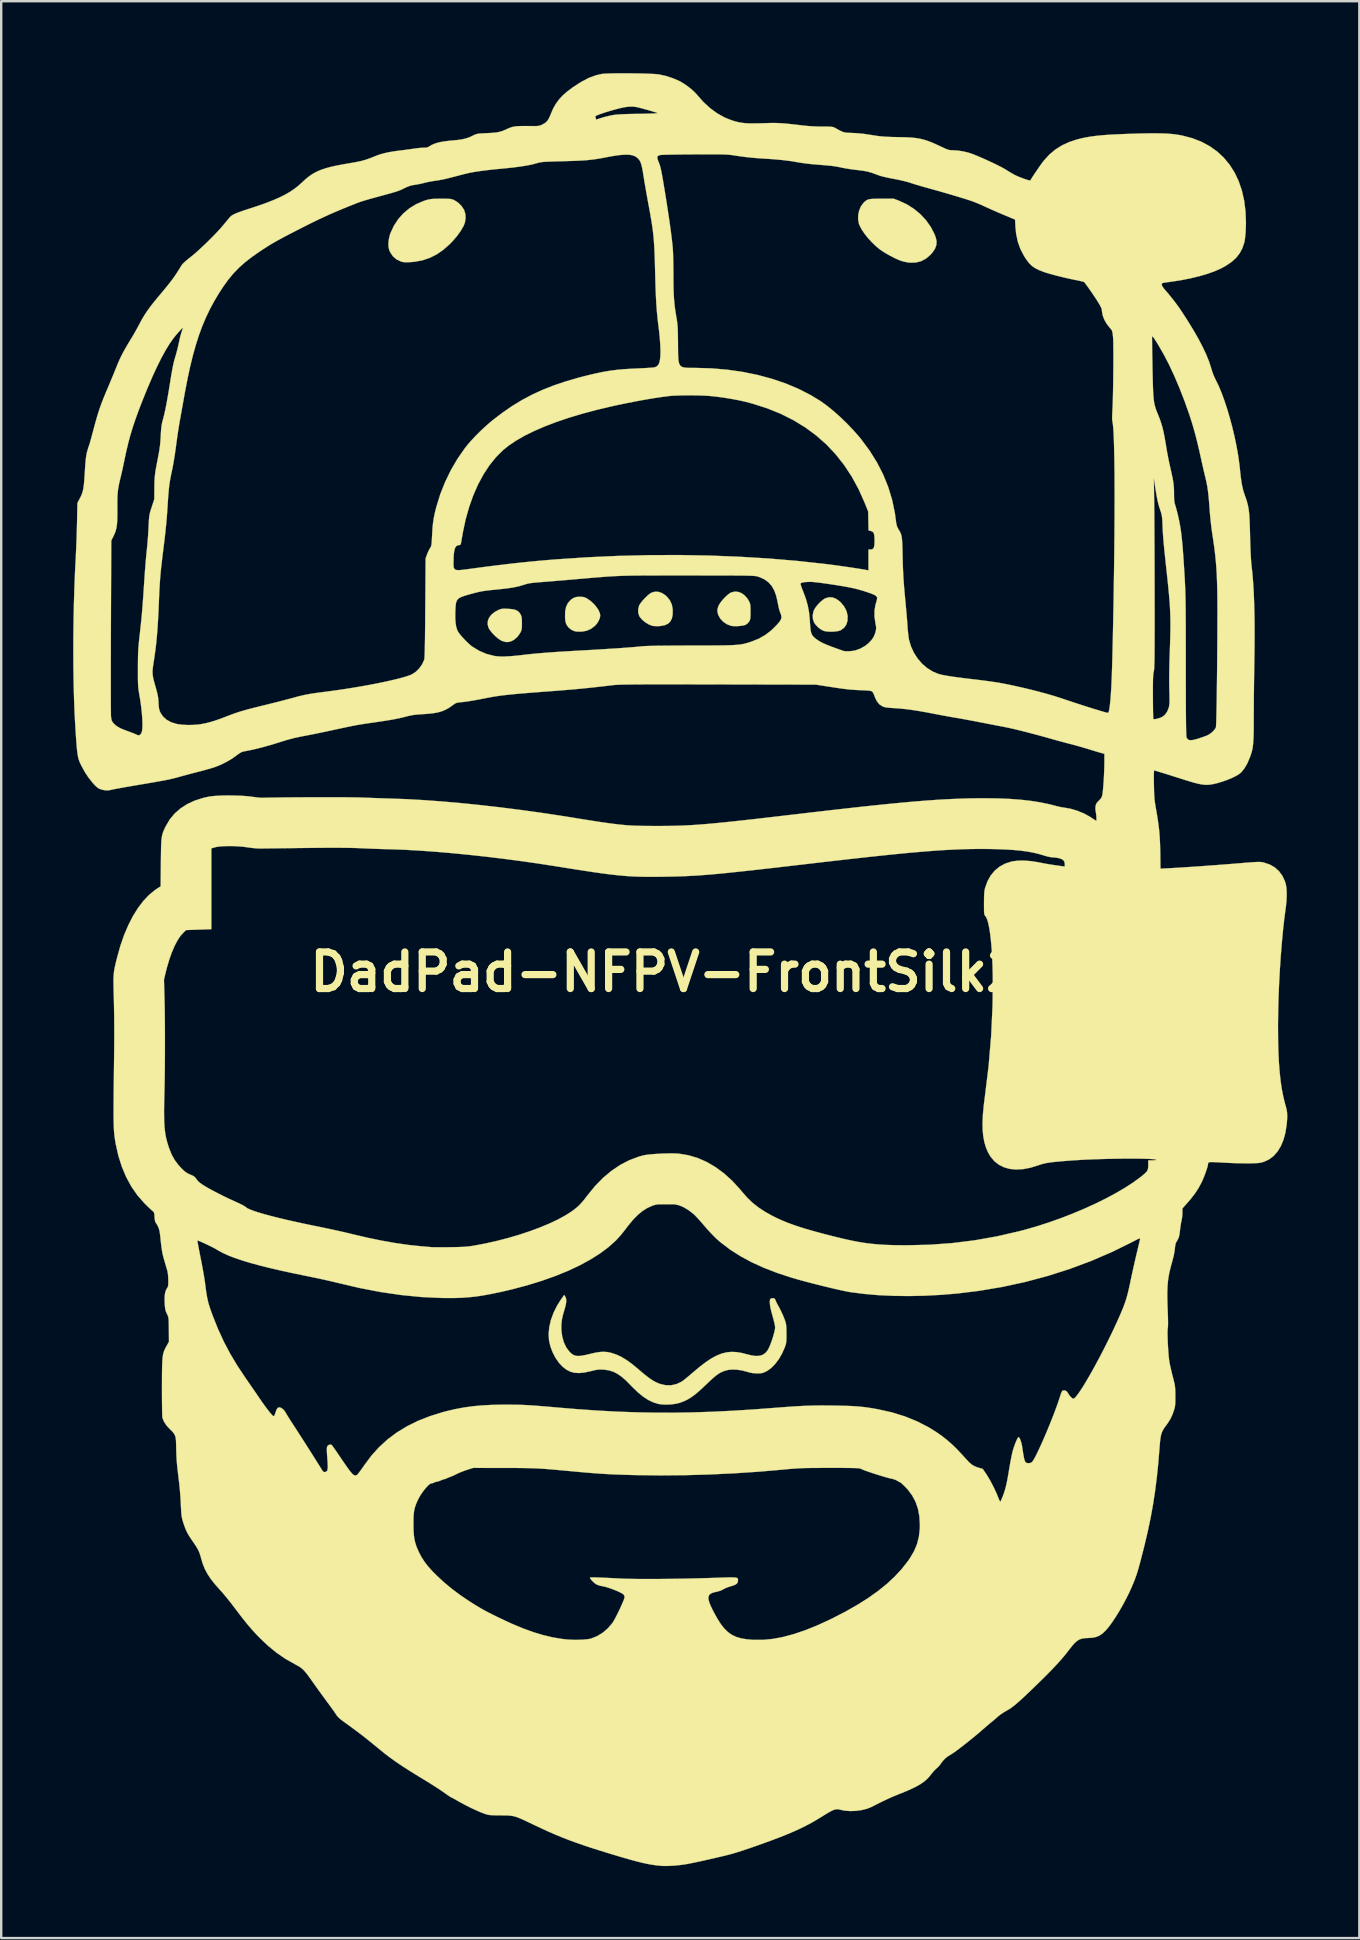
<source format=kicad_pcb>
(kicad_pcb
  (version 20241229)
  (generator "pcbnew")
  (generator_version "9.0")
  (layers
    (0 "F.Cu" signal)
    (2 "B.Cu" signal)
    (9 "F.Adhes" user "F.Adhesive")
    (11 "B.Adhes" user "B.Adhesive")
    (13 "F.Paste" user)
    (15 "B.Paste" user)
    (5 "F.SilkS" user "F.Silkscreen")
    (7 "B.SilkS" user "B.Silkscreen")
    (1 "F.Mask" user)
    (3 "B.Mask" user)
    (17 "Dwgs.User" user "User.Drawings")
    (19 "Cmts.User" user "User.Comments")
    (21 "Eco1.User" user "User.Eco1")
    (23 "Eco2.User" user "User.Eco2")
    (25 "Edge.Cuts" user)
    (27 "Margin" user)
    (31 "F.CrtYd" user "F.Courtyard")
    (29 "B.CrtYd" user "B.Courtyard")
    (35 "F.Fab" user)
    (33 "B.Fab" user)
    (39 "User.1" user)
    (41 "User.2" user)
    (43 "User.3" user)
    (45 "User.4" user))
  (footprint "DadPad-NFPV-FrontSilk2"
    (layer "F.Cu")
    (at 24.704 37.45)
    (property "Reference" "DadPad-NFPV-FrontSilk2" (at 0 0 0) (layer "F.SilkS") (effects (font (size 1.524 1.524) (thickness 0.3))))
    (attr through_hole)
    (fp_poly (pts (xy 6.933 -15.607) (xy 7.082 -15.55) (xy 7.232 -15.442) (xy 7.292 -15.385) (xy 7.428 -15.216) (xy 7.52 -15.033) (xy 7.563 -14.842) (xy 7.565 -14.818) (xy 7.558 -14.632) (xy 7.51 -14.476) (xy 7.421 -14.348) (xy 7.29 -14.249) (xy 7.264 -14.235) (xy 7.18 -14.207) (xy 7.062 -14.189) (xy 6.926 -14.18) (xy 6.786 -14.181) (xy 6.66 -14.193) (xy 6.576 -14.211) (xy 6.46 -14.267) (xy 6.34 -14.356) (xy 6.236 -14.462) (xy 6.166 -14.564) (xy 6.118 -14.706) (xy 6.11 -14.864) (xy 6.14 -15.021) (xy 6.172 -15.099) (xy 6.24 -15.207) (xy 6.333 -15.321) (xy 6.44 -15.429) (xy 6.546 -15.517) (xy 6.633 -15.57) (xy 6.784 -15.613) (xy 6.933 -15.607)) (stroke (width 0.01) (type solid)) (fill yes) (layer "F.SilkS"))
    (fp_poly (pts (xy -0.312 -15.839) (xy -0.162 -15.785) (xy -0.017 -15.686) (xy 0.032 -15.641) (xy 0.159 -15.484) (xy 0.239 -15.311) (xy 0.275 -15.116) (xy 0.275 -15.102) (xy 0.274 -14.897) (xy 0.241 -14.731) (xy 0.175 -14.602) (xy 0.075 -14.508) (xy -0.061 -14.447) (xy -0.236 -14.416) (xy -0.291 -14.412) (xy -0.399 -14.411) (xy -0.496 -14.414) (xy -0.564 -14.422) (xy -0.572 -14.424) (xy -0.719 -14.481) (xy -0.863 -14.567) (xy -0.992 -14.673) (xy -1.09 -14.788) (xy -1.119 -14.837) (xy -1.161 -14.972) (xy -1.162 -15.12) (xy -1.123 -15.267) (xy -1.113 -15.289) (xy -1.062 -15.37) (xy -0.984 -15.468) (xy -0.888 -15.572) (xy -0.787 -15.67) (xy -0.691 -15.751) (xy -0.613 -15.803) (xy -0.606 -15.807) (xy -0.462 -15.846) (xy -0.312 -15.839)) (stroke (width 0.01) (type solid)) (fill yes) (layer "F.SilkS"))
    (fp_poly (pts (xy -3.487 -15.63) (xy -3.408 -15.615) (xy -3.334 -15.584) (xy -3.289 -15.559) (xy -3.148 -15.461) (xy -3.018 -15.342) (xy -2.905 -15.212) (xy -2.818 -15.079) (xy -2.761 -14.952) (xy -2.743 -14.849) (xy -2.762 -14.746) (xy -2.812 -14.629) (xy -2.883 -14.515) (xy -2.967 -14.422) (xy -3.131 -14.298) (xy -3.302 -14.221) (xy -3.49 -14.185) (xy -3.531 -14.183) (xy -3.636 -14.182) (xy -3.733 -14.186) (xy -3.799 -14.196) (xy -3.801 -14.196) (xy -3.945 -14.258) (xy -4.068 -14.358) (xy -4.131 -14.444) (xy -4.167 -14.515) (xy -4.19 -14.591) (xy -4.204 -14.689) (xy -4.21 -14.781) (xy -4.206 -15.014) (xy -4.166 -15.213) (xy -4.089 -15.376) (xy -3.975 -15.504) (xy -3.89 -15.564) (xy -3.812 -15.604) (xy -3.738 -15.625) (xy -3.644 -15.633) (xy -3.594 -15.634) (xy -3.487 -15.63)) (stroke (width 0.01) (type solid)) (fill yes) (layer "F.SilkS"))
    (fp_poly (pts (xy -6.615 -15.134) (xy -6.597 -15.134) (xy -6.422 -15.12) (xy -6.289 -15.092) (xy -6.19 -15.046) (xy -6.115 -14.979) (xy -6.065 -14.903) (xy -6.038 -14.846) (xy -6.021 -14.786) (xy -6.011 -14.71) (xy -6.008 -14.604) (xy -6.007 -14.529) (xy -6.008 -14.404) (xy -6.014 -14.315) (xy -6.026 -14.249) (xy -6.047 -14.191) (xy -6.075 -14.135) (xy -6.188 -13.971) (xy -6.33 -13.847) (xy -6.426 -13.794) (xy -6.562 -13.75) (xy -6.691 -13.749) (xy -6.827 -13.791) (xy -6.891 -13.823) (xy -6.998 -13.894) (xy -7.113 -13.991) (xy -7.224 -14.103) (xy -7.319 -14.217) (xy -7.386 -14.319) (xy -7.394 -14.336) (xy -7.435 -14.482) (xy -7.427 -14.626) (xy -7.374 -14.764) (xy -7.277 -14.89) (xy -7.138 -15.002) (xy -7.016 -15.069) (xy -6.94 -15.103) (xy -6.877 -15.125) (xy -6.812 -15.135) (xy -6.73 -15.138) (xy -6.615 -15.134)) (stroke (width 0.01) (type solid)) (fill yes) (layer "F.SilkS"))
    (fp_poly (pts (xy 2.989 -15.842) (xy 3.133 -15.791) (xy 3.266 -15.698) (xy 3.384 -15.566) (xy 3.449 -15.459) (xy 3.478 -15.401) (xy 3.498 -15.348) (xy 3.509 -15.288) (xy 3.515 -15.209) (xy 3.518 -15.098) (xy 3.518 -15.011) (xy 3.517 -14.876) (xy 3.513 -14.779) (xy 3.506 -14.712) (xy 3.492 -14.662) (xy 3.471 -14.618) (xy 3.46 -14.601) (xy 3.399 -14.53) (xy 3.323 -14.472) (xy 3.31 -14.465) (xy 3.232 -14.441) (xy 3.121 -14.423) (xy 2.993 -14.412) (xy 2.866 -14.409) (xy 2.757 -14.415) (xy 2.704 -14.424) (xy 2.535 -14.49) (xy 2.384 -14.591) (xy 2.262 -14.719) (xy 2.179 -14.865) (xy 2.171 -14.885) (xy 2.139 -15.013) (xy 2.142 -15.128) (xy 2.183 -15.25) (xy 2.202 -15.291) (xy 2.261 -15.386) (xy 2.345 -15.493) (xy 2.444 -15.602) (xy 2.547 -15.699) (xy 2.641 -15.774) (xy 2.696 -15.807) (xy 2.842 -15.848) (xy 2.989 -15.842)) (stroke (width 0.01) (type solid)) (fill yes) (layer "F.SilkS"))
    (fp_poly (pts (xy 9.487 -32.219) (xy 9.705 -32.136) (xy 10.026 -31.988) (xy 10.324 -31.8) (xy 10.595 -31.576) (xy 10.832 -31.321) (xy 11.031 -31.04) (xy 11.187 -30.737) (xy 11.192 -30.726) (xy 11.23 -30.62) (xy 11.259 -30.508) (xy 11.27 -30.44) (xy 11.261 -30.287) (xy 11.202 -30.13) (xy 11.093 -29.97) (xy 11 -29.869) (xy 10.82 -29.719) (xy 10.624 -29.617) (xy 10.411 -29.563) (xy 10.178 -29.555) (xy 10.083 -29.565) (xy 9.973 -29.585) (xy 9.853 -29.614) (xy 9.804 -29.628) (xy 9.672 -29.679) (xy 9.513 -29.752) (xy 9.342 -29.84) (xy 9.173 -29.934) (xy 9.021 -30.028) (xy 8.919 -30.098) (xy 8.743 -30.243) (xy 8.571 -30.408) (xy 8.409 -30.584) (xy 8.267 -30.764) (xy 8.15 -30.939) (xy 8.065 -31.1) (xy 8.038 -31.169) (xy 8.002 -31.349) (xy 8.005 -31.538) (xy 8.044 -31.725) (xy 8.116 -31.897) (xy 8.219 -32.04) (xy 8.231 -32.052) (xy 8.287 -32.106) (xy 8.338 -32.147) (xy 8.393 -32.177) (xy 8.459 -32.197) (xy 8.544 -32.21) (xy 8.656 -32.217) (xy 8.804 -32.219) (xy 8.979 -32.219) (xy 9.487 -32.219)) (stroke (width 0.01) (type solid)) (fill yes) (layer "F.SilkS"))
    (fp_poly (pts (xy -9.217 -32.219) (xy -9.102 -32.218) (xy -9.018 -32.213) (xy -8.955 -32.205) (xy -8.904 -32.191) (xy -8.854 -32.171) (xy -8.808 -32.149) (xy -8.656 -32.049) (xy -8.521 -31.913) (xy -8.418 -31.754) (xy -8.41 -31.737) (xy -8.364 -31.585) (xy -8.354 -31.414) (xy -8.38 -31.24) (xy -8.43 -31.102) (xy -8.551 -30.889) (xy -8.712 -30.665) (xy -8.906 -30.44) (xy -9.002 -30.34) (xy -9.275 -30.097) (xy -9.556 -29.902) (xy -9.85 -29.754) (xy -10.159 -29.651) (xy -10.489 -29.592) (xy -10.668 -29.577) (xy -10.802 -29.572) (xy -10.901 -29.575) (xy -10.979 -29.585) (xy -11.051 -29.606) (xy -11.062 -29.61) (xy -11.237 -29.695) (xy -11.377 -29.815) (xy -11.487 -29.974) (xy -11.533 -30.074) (xy -11.564 -30.2) (xy -11.57 -30.356) (xy -11.552 -30.529) (xy -11.512 -30.704) (xy -11.485 -30.783) (xy -11.344 -31.089) (xy -11.162 -31.367) (xy -10.943 -31.613) (xy -10.691 -31.823) (xy -10.408 -31.996) (xy -10.098 -32.128) (xy -9.99 -32.162) (xy -9.905 -32.185) (xy -9.825 -32.201) (xy -9.736 -32.211) (xy -9.627 -32.217) (xy -9.487 -32.219) (xy -9.373 -32.22) (xy -9.217 -32.219)) (stroke (width 0.01) (type solid)) (fill yes) (layer "F.SilkS"))
    (fp_poly (pts (xy -4.201 13.526) (xy -4.166 13.615) (xy -4.16 13.732) (xy -4.183 13.883) (xy -4.235 14.072) (xy -4.301 14.298) (xy -4.343 14.497) (xy -4.363 14.686) (xy -4.364 14.88) (xy -4.362 14.926) (xy -4.329 15.186) (xy -4.262 15.425) (xy -4.164 15.636) (xy -4.036 15.812) (xy -3.995 15.854) (xy -3.916 15.922) (xy -3.834 15.969) (xy -3.741 15.995) (xy -3.631 16) (xy -3.495 15.986) (xy -3.325 15.952) (xy -3.164 15.913) (xy -2.943 15.862) (xy -2.756 15.833) (xy -2.59 15.825) (xy -2.435 15.838) (xy -2.278 15.872) (xy -2.265 15.876) (xy -2.06 15.945) (xy -1.854 16.043) (xy -1.64 16.173) (xy -1.412 16.339) (xy -1.164 16.544) (xy -1.154 16.553) (xy -0.963 16.716) (xy -0.801 16.847) (xy -0.66 16.951) (xy -0.534 17.033) (xy -0.414 17.097) (xy -0.294 17.148) (xy -0.229 17.171) (xy -0.005 17.22) (xy 0.219 17.219) (xy 0.436 17.17) (xy 0.642 17.072) (xy 0.676 17.05) (xy 0.731 17.01) (xy 0.814 16.943) (xy 0.918 16.858) (xy 1.033 16.76) (xy 1.117 16.688) (xy 1.394 16.455) (xy 1.647 16.261) (xy 1.88 16.106) (xy 2.099 15.987) (xy 2.308 15.902) (xy 2.512 15.85) (xy 2.717 15.829) (xy 2.927 15.837) (xy 3.148 15.873) (xy 3.35 15.925) (xy 3.571 15.979) (xy 3.757 16.001) (xy 3.913 15.989) (xy 4.043 15.943) (xy 4.151 15.862) (xy 4.23 15.764) (xy 4.28 15.672) (xy 4.337 15.544) (xy 4.394 15.391) (xy 4.448 15.228) (xy 4.495 15.066) (xy 4.524 14.942) (xy 4.534 14.892) (xy 4.541 14.85) (xy 4.543 14.807) (xy 4.539 14.757) (xy 4.528 14.693) (xy 4.509 14.608) (xy 4.48 14.496) (xy 4.441 14.349) (xy 4.39 14.161) (xy 4.383 14.135) (xy 4.346 13.979) (xy 4.326 13.841) (xy 4.321 13.727) (xy 4.332 13.648) (xy 4.348 13.619) (xy 4.395 13.597) (xy 4.451 13.589) (xy 4.503 13.598) (xy 4.538 13.633) (xy 4.561 13.684) (xy 4.596 13.764) (xy 4.633 13.836) (xy 4.637 13.843) (xy 4.714 13.982) (xy 4.796 14.146) (xy 4.873 14.313) (xy 4.934 14.464) (xy 4.946 14.496) (xy 4.973 14.578) (xy 4.992 14.651) (xy 5.004 14.725) (xy 5.011 14.814) (xy 5.014 14.93) (xy 5.015 15.075) (xy 5.015 15.224) (xy 5.012 15.334) (xy 5.006 15.418) (xy 4.995 15.487) (xy 4.976 15.554) (xy 4.948 15.631) (xy 4.934 15.669) (xy 4.826 15.909) (xy 4.697 16.131) (xy 4.55 16.326) (xy 4.394 16.488) (xy 4.232 16.609) (xy 4.17 16.643) (xy 4.079 16.685) (xy 4.005 16.71) (xy 3.926 16.722) (xy 3.823 16.725) (xy 3.785 16.725) (xy 3.635 16.717) (xy 3.499 16.694) (xy 3.353 16.652) (xy 3.157 16.601) (xy 2.953 16.571) (xy 2.758 16.564) (xy 2.588 16.58) (xy 2.562 16.586) (xy 2.441 16.619) (xy 2.331 16.661) (xy 2.223 16.717) (xy 2.111 16.793) (xy 1.987 16.894) (xy 1.842 17.024) (xy 1.714 17.146) (xy 1.51 17.34) (xy 1.333 17.499) (xy 1.174 17.629) (xy 1.029 17.733) (xy 0.89 17.816) (xy 0.751 17.883) (xy 0.606 17.939) (xy 0.546 17.958) (xy 0.385 17.995) (xy 0.196 18.018) (xy -0.001 18.026) (xy -0.186 18.018) (xy -0.326 17.997) (xy -0.536 17.932) (xy -0.745 17.832) (xy -0.957 17.694) (xy -1.177 17.514) (xy -1.407 17.291) (xy -1.476 17.22) (xy -1.672 17.021) (xy -1.853 16.864) (xy -2.025 16.744) (xy -2.195 16.658) (xy -2.37 16.602) (xy -2.557 16.572) (xy -2.618 16.567) (xy -2.718 16.563) (xy -2.806 16.566) (xy -2.897 16.577) (xy -3.005 16.599) (xy -3.145 16.634) (xy -3.158 16.637) (xy -3.409 16.69) (xy -3.627 16.711) (xy -3.818 16.699) (xy -3.991 16.653) (xy -4.152 16.57) (xy -4.308 16.45) (xy -4.317 16.443) (xy -4.472 16.275) (xy -4.612 16.07) (xy -4.731 15.84) (xy -4.821 15.598) (xy -4.877 15.357) (xy -4.877 15.354) (xy -4.894 15.082) (xy -4.867 14.794) (xy -4.798 14.497) (xy -4.688 14.197) (xy -4.54 13.9) (xy -4.386 13.656) (xy -4.246 13.457) (xy -4.201 13.526)) (stroke (width 0.01) (type solid)) (fill yes) (layer "F.SilkS"))
    (fp_poly (pts (xy -1.482 -37.444) (xy -1.252 -37.441) (xy -1.029 -37.437) (xy -0.821 -37.431) (xy -0.635 -37.424) (xy -0.479 -37.416) (xy -0.359 -37.406) (xy -0.306 -37.4) (xy -0.013 -37.336) (xy 0.28 -37.242) (xy 0.552 -37.123) (xy 0.593 -37.102) (xy 0.741 -37.014) (xy 0.895 -36.908) (xy 1.043 -36.792) (xy 1.171 -36.678) (xy 1.267 -36.576) (xy 1.27 -36.573) (xy 1.543 -36.262) (xy 1.831 -35.996) (xy 2.133 -35.775) (xy 2.447 -35.601) (xy 2.731 -35.488) (xy 2.867 -35.446) (xy 2.996 -35.413) (xy 3.124 -35.388) (xy 3.26 -35.371) (xy 3.411 -35.36) (xy 3.586 -35.357) (xy 3.793 -35.358) (xy 4.039 -35.365) (xy 4.153 -35.369) (xy 4.308 -35.374) (xy 4.449 -35.376) (xy 4.585 -35.375) (xy 4.724 -35.369) (xy 4.874 -35.36) (xy 5.042 -35.345) (xy 5.236 -35.325) (xy 5.465 -35.299) (xy 5.736 -35.267) (xy 5.74 -35.266) (xy 5.905 -35.25) (xy 6.101 -35.237) (xy 6.306 -35.228) (xy 6.501 -35.225) (xy 6.515 -35.225) (xy 6.675 -35.225) (xy 6.792 -35.223) (xy 6.877 -35.218) (xy 6.938 -35.21) (xy 6.984 -35.198) (xy 7.024 -35.181) (xy 7.048 -35.167) (xy 7.181 -35.092) (xy 7.282 -35.039) (xy 7.366 -35.004) (xy 7.444 -34.982) (xy 7.53 -34.97) (xy 7.636 -34.964) (xy 7.729 -34.961) (xy 7.885 -34.954) (xy 8.056 -34.941) (xy 8.218 -34.925) (xy 8.306 -34.913) (xy 8.455 -34.89) (xy 8.622 -34.864) (xy 8.778 -34.84) (xy 8.826 -34.833) (xy 8.971 -34.816) (xy 9.162 -34.802) (xy 9.395 -34.792) (xy 9.667 -34.786) (xy 9.703 -34.786) (xy 9.973 -34.78) (xy 10.203 -34.769) (xy 10.404 -34.749) (xy 10.587 -34.719) (xy 10.761 -34.675) (xy 10.938 -34.617) (xy 11.129 -34.54) (xy 11.344 -34.443) (xy 11.431 -34.402) (xy 11.566 -34.339) (xy 11.667 -34.294) (xy 11.744 -34.265) (xy 11.808 -34.249) (xy 11.87 -34.241) (xy 11.94 -34.239) (xy 11.955 -34.239) (xy 12.154 -34.227) (xy 12.373 -34.193) (xy 12.59 -34.141) (xy 12.723 -34.099) (xy 12.866 -34.044) (xy 13.035 -33.974) (xy 13.221 -33.893) (xy 13.414 -33.806) (xy 13.605 -33.717) (xy 13.785 -33.63) (xy 13.945 -33.549) (xy 14.075 -33.479) (xy 14.156 -33.431) (xy 14.272 -33.358) (xy 14.391 -33.287) (xy 14.496 -33.228) (xy 14.543 -33.203) (xy 14.639 -33.158) (xy 14.75 -33.112) (xy 14.866 -33.068) (xy 14.976 -33.03) (xy 15.072 -33) (xy 15.142 -32.983) (xy 15.179 -32.981) (xy 15.181 -32.983) (xy 15.202 -33.024) (xy 15.248 -33.098) (xy 15.311 -33.196) (xy 15.387 -33.31) (xy 15.47 -33.432) (xy 15.553 -33.552) (xy 15.632 -33.664) (xy 15.701 -33.757) (xy 15.744 -33.811) (xy 15.972 -34.062) (xy 16.224 -34.272) (xy 16.503 -34.447) (xy 16.815 -34.588) (xy 17.12 -34.688) (xy 17.29 -34.732) (xy 17.466 -34.77) (xy 17.654 -34.803) (xy 17.858 -34.832) (xy 18.083 -34.856) (xy 18.336 -34.877) (xy 18.622 -34.895) (xy 18.945 -34.91) (xy 19.311 -34.924) (xy 19.477 -34.929) (xy 19.832 -34.939) (xy 20.141 -34.944) (xy 20.412 -34.945) (xy 20.649 -34.941) (xy 20.859 -34.933) (xy 21.047 -34.919) (xy 21.219 -34.9) (xy 21.381 -34.875) (xy 21.517 -34.849) (xy 21.927 -34.741) (xy 22.305 -34.594) (xy 22.65 -34.409) (xy 22.961 -34.187) (xy 23.238 -33.93) (xy 23.48 -33.638) (xy 23.687 -33.312) (xy 23.857 -32.954) (xy 23.99 -32.564) (xy 24.086 -32.144) (xy 24.143 -31.694) (xy 24.161 -31.216) (xy 24.151 -30.892) (xy 24.141 -30.749) (xy 24.126 -30.608) (xy 24.11 -30.486) (xy 24.093 -30.397) (xy 24.092 -30.397) (xy 24.014 -30.161) (xy 23.902 -29.95) (xy 23.754 -29.761) (xy 23.566 -29.59) (xy 23.334 -29.432) (xy 23.125 -29.317) (xy 22.865 -29.201) (xy 22.561 -29.092) (xy 22.219 -28.992) (xy 21.847 -28.902) (xy 21.451 -28.824) (xy 21.036 -28.76) (xy 20.98 -28.753) (xy 20.874 -28.738) (xy 20.781 -28.725) (xy 20.718 -28.715) (xy 20.707 -28.713) (xy 20.658 -28.685) (xy 20.651 -28.631) (xy 20.686 -28.553) (xy 20.761 -28.454) (xy 20.777 -28.435) (xy 20.923 -28.267) (xy 21.081 -28.072) (xy 21.239 -27.868) (xy 21.383 -27.67) (xy 21.471 -27.54) (xy 21.744 -27.118) (xy 21.982 -26.729) (xy 22.187 -26.37) (xy 22.36 -26.039) (xy 22.504 -25.733) (xy 22.618 -25.45) (xy 22.705 -25.186) (xy 22.723 -25.123) (xy 22.768 -24.98) (xy 22.828 -24.827) (xy 22.89 -24.691) (xy 22.901 -24.672) (xy 23.021 -24.428) (xy 23.141 -24.141) (xy 23.26 -23.818) (xy 23.376 -23.468) (xy 23.486 -23.096) (xy 23.589 -22.713) (xy 23.682 -22.323) (xy 23.763 -21.936) (xy 23.831 -21.559) (xy 23.882 -21.199) (xy 23.902 -21.024) (xy 23.928 -20.775) (xy 23.953 -20.568) (xy 23.978 -20.395) (xy 24.005 -20.247) (xy 24.035 -20.115) (xy 24.071 -19.99) (xy 24.113 -19.865) (xy 24.12 -19.845) (xy 24.166 -19.716) (xy 24.203 -19.598) (xy 24.234 -19.484) (xy 24.259 -19.366) (xy 24.279 -19.239) (xy 24.295 -19.096) (xy 24.307 -18.929) (xy 24.316 -18.733) (xy 24.324 -18.501) (xy 24.331 -18.225) (xy 24.332 -18.186) (xy 24.339 -17.917) (xy 24.348 -17.663) (xy 24.358 -17.432) (xy 24.369 -17.231) (xy 24.38 -17.067) (xy 24.392 -16.946) (xy 24.393 -16.942) (xy 24.432 -16.579) (xy 24.464 -16.178) (xy 24.489 -15.736) (xy 24.507 -15.253) (xy 24.518 -14.726) (xy 24.522 -14.154) (xy 24.519 -13.535) (xy 24.511 -12.952) (xy 24.506 -12.651) (xy 24.501 -12.329) (xy 24.497 -11.996) (xy 24.493 -11.662) (xy 24.49 -11.34) (xy 24.488 -11.039) (xy 24.487 -10.771) (xy 24.486 -10.614) (xy 24.486 -10.322) (xy 24.484 -10.075) (xy 24.48 -9.867) (xy 24.473 -9.692) (xy 24.463 -9.544) (xy 24.45 -9.418) (xy 24.433 -9.307) (xy 24.411 -9.206) (xy 24.383 -9.109) (xy 24.35 -9.009) (xy 24.324 -8.94) (xy 24.218 -8.692) (xy 24.101 -8.49) (xy 23.97 -8.326) (xy 23.949 -8.305) (xy 23.855 -8.231) (xy 23.72 -8.154) (xy 23.556 -8.075) (xy 23.372 -8) (xy 23.178 -7.932) (xy 22.984 -7.874) (xy 22.801 -7.83) (xy 22.638 -7.804) (xy 22.537 -7.798) (xy 22.433 -7.802) (xy 22.322 -7.815) (xy 22.195 -7.839) (xy 22.046 -7.875) (xy 21.868 -7.925) (xy 21.653 -7.991) (xy 21.54 -8.027) (xy 21.359 -8.085) (xy 21.173 -8.143) (xy 20.995 -8.2) (xy 20.838 -8.249) (xy 20.713 -8.287) (xy 20.695 -8.293) (xy 20.577 -8.329) (xy 20.474 -8.361) (xy 20.397 -8.385) (xy 20.358 -8.398) (xy 20.358 -8.398) (xy 20.345 -8.399) (xy 20.335 -8.386) (xy 20.329 -8.354) (xy 20.325 -8.298) (xy 20.323 -8.21) (xy 20.323 -8.086) (xy 20.325 -7.919) (xy 20.326 -7.82) (xy 20.33 -7.617) (xy 20.335 -7.453) (xy 20.342 -7.315) (xy 20.352 -7.192) (xy 20.367 -7.07) (xy 20.387 -6.939) (xy 20.414 -6.785) (xy 20.415 -6.782) (xy 20.468 -6.471) (xy 20.509 -6.195) (xy 20.541 -5.937) (xy 20.563 -5.684) (xy 20.578 -5.42) (xy 20.588 -5.13) (xy 20.591 -4.966) (xy 20.6 -4.305) (xy 20.759 -4.313) (xy 21.021 -4.326) (xy 21.327 -4.344) (xy 21.668 -4.366) (xy 22.039 -4.39) (xy 22.432 -4.418) (xy 22.84 -4.448) (xy 23.255 -4.479) (xy 23.67 -4.512) (xy 23.956 -4.535) (xy 24.177 -4.554) (xy 24.354 -4.567) (xy 24.493 -4.577) (xy 24.602 -4.583) (xy 24.686 -4.585) (xy 24.752 -4.584) (xy 24.807 -4.579) (xy 24.856 -4.571) (xy 24.905 -4.56) (xy 25.147 -4.48) (xy 25.358 -4.36) (xy 25.535 -4.203) (xy 25.678 -4.009) (xy 25.785 -3.781) (xy 25.82 -3.666) (xy 25.845 -3.53) (xy 25.858 -3.356) (xy 25.859 -3.157) (xy 25.849 -2.946) (xy 25.827 -2.734) (xy 25.823 -2.705) (xy 25.762 -2.247) (xy 25.706 -1.747) (xy 25.656 -1.213) (xy 25.611 -0.655) (xy 25.573 -0.08) (xy 25.542 0.501) (xy 25.519 1.082) (xy 25.504 1.653) (xy 25.497 2.205) (xy 25.497 2.299) (xy 25.501 2.832) (xy 25.513 3.319) (xy 25.534 3.763) (xy 25.565 4.168) (xy 25.605 4.539) (xy 25.655 4.878) (xy 25.716 5.19) (xy 25.787 5.478) (xy 25.818 5.586) (xy 25.852 5.717) (xy 25.873 5.843) (xy 25.881 5.979) (xy 25.877 6.136) (xy 25.861 6.327) (xy 25.856 6.37) (xy 25.804 6.704) (xy 25.721 7.002) (xy 25.611 7.263) (xy 25.473 7.487) (xy 25.309 7.67) (xy 25.119 7.812) (xy 24.906 7.91) (xy 24.77 7.947) (xy 24.681 7.959) (xy 24.548 7.967) (xy 24.378 7.972) (xy 24.179 7.973) (xy 23.956 7.971) (xy 23.717 7.965) (xy 23.47 7.956) (xy 23.219 7.943) (xy 23.165 7.94) (xy 22.979 7.929) (xy 22.837 7.922) (xy 22.734 7.919) (xy 22.663 7.923) (xy 22.618 7.932) (xy 22.594 7.948) (xy 22.583 7.972) (xy 22.581 8.005) (xy 22.581 8.007) (xy 22.571 8.069) (xy 22.544 8.165) (xy 22.505 8.286) (xy 22.457 8.42) (xy 22.405 8.556) (xy 22.351 8.682) (xy 22.308 8.775) (xy 22.183 9.005) (xy 22.046 9.217) (xy 21.885 9.428) (xy 21.733 9.606) (xy 21.514 9.853) (xy 21.513 10.038) (xy 21.508 10.156) (xy 21.493 10.278) (xy 21.476 10.363) (xy 21.457 10.451) (xy 21.437 10.57) (xy 21.42 10.701) (xy 21.413 10.763) (xy 21.394 10.916) (xy 21.369 11.034) (xy 21.331 11.132) (xy 21.276 11.226) (xy 21.258 11.252) (xy 21.227 11.329) (xy 21.206 11.455) (xy 21.201 11.519) (xy 21.182 11.664) (xy 21.144 11.851) (xy 21.086 12.073) (xy 21.07 12.129) (xy 21.015 12.332) (xy 20.97 12.522) (xy 20.935 12.706) (xy 20.91 12.893) (xy 20.894 13.09) (xy 20.885 13.305) (xy 20.884 13.547) (xy 20.89 13.824) (xy 20.901 14.125) (xy 20.91 14.352) (xy 20.914 14.54) (xy 20.914 14.685) (xy 20.911 14.786) (xy 20.904 14.835) (xy 20.897 14.892) (xy 20.893 14.99) (xy 20.894 15.122) (xy 20.898 15.277) (xy 20.904 15.448) (xy 20.914 15.625) (xy 20.925 15.799) (xy 20.938 15.962) (xy 20.952 16.104) (xy 20.967 16.218) (xy 20.968 16.224) (xy 20.988 16.334) (xy 21.019 16.477) (xy 21.056 16.638) (xy 21.096 16.8) (xy 21.111 16.859) (xy 21.151 17.012) (xy 21.179 17.131) (xy 21.198 17.231) (xy 21.21 17.327) (xy 21.216 17.434) (xy 21.219 17.566) (xy 21.219 17.666) (xy 21.219 17.826) (xy 21.217 17.948) (xy 21.211 18.041) (xy 21.2 18.119) (xy 21.183 18.193) (xy 21.162 18.262) (xy 21.092 18.457) (xy 21.011 18.627) (xy 20.908 18.792) (xy 20.836 18.891) (xy 20.763 18.991) (xy 20.705 19.082) (xy 20.662 19.173) (xy 20.629 19.272) (xy 20.604 19.39) (xy 20.585 19.535) (xy 20.568 19.716) (xy 20.559 19.837) (xy 20.507 20.473) (xy 20.446 21.068) (xy 20.374 21.635) (xy 20.29 22.185) (xy 20.192 22.727) (xy 20.078 23.273) (xy 19.947 23.833) (xy 19.905 24.003) (xy 19.836 24.273) (xy 19.778 24.5) (xy 19.727 24.691) (xy 19.682 24.854) (xy 19.64 24.994) (xy 19.6 25.119) (xy 19.559 25.235) (xy 19.516 25.35) (xy 19.468 25.469) (xy 19.412 25.6) (xy 19.402 25.625) (xy 19.291 25.87) (xy 19.164 26.125) (xy 19.026 26.382) (xy 18.882 26.633) (xy 18.736 26.869) (xy 18.594 27.084) (xy 18.46 27.268) (xy 18.339 27.414) (xy 18.32 27.434) (xy 18.184 27.564) (xy 18.051 27.654) (xy 17.907 27.711) (xy 17.738 27.742) (xy 17.59 27.75) (xy 17.447 27.757) (xy 17.328 27.776) (xy 17.225 27.811) (xy 17.13 27.868) (xy 17.034 27.951) (xy 16.93 28.067) (xy 16.808 28.22) (xy 16.786 28.25) (xy 16.634 28.443) (xy 16.472 28.636) (xy 16.293 28.837) (xy 16.091 29.051) (xy 15.86 29.287) (xy 15.681 29.465) (xy 15.429 29.712) (xy 15.209 29.925) (xy 15.018 30.107) (xy 14.852 30.262) (xy 14.709 30.392) (xy 14.585 30.499) (xy 14.476 30.587) (xy 14.381 30.659) (xy 14.294 30.717) (xy 14.214 30.764) (xy 14.201 30.771) (xy 14.084 30.839) (xy 13.968 30.915) (xy 13.87 30.987) (xy 13.834 31.017) (xy 13.748 31.094) (xy 13.657 31.172) (xy 13.597 31.221) (xy 13.537 31.27) (xy 13.45 31.343) (xy 13.347 31.431) (xy 13.24 31.525) (xy 13.228 31.535) (xy 13.08 31.662) (xy 12.919 31.798) (xy 12.75 31.937) (xy 12.58 32.074) (xy 12.414 32.205) (xy 12.26 32.325) (xy 12.123 32.429) (xy 12.01 32.511) (xy 11.927 32.566) (xy 11.907 32.579) (xy 11.751 32.674) (xy 11.631 32.767) (xy 11.533 32.87) (xy 11.457 32.972) (xy 11.393 33.059) (xy 11.326 33.135) (xy 11.272 33.182) (xy 11.22 33.227) (xy 11.151 33.301) (xy 11.075 33.391) (xy 11.041 33.435) (xy 10.947 33.55) (xy 10.846 33.653) (xy 10.731 33.749) (xy 10.596 33.841) (xy 10.436 33.933) (xy 10.245 34.027) (xy 10.018 34.128) (xy 9.748 34.239) (xy 9.716 34.251) (xy 9.552 34.317) (xy 9.399 34.382) (xy 9.246 34.451) (xy 9.083 34.528) (xy 8.9 34.617) (xy 8.688 34.724) (xy 8.56 34.79) (xy 8.37 34.866) (xy 8.148 34.921) (xy 7.91 34.954) (xy 7.67 34.962) (xy 7.443 34.944) (xy 7.299 34.915) (xy 7.217 34.895) (xy 7.144 34.885) (xy 7.074 34.889) (xy 6.999 34.908) (xy 6.912 34.945) (xy 6.803 35.003) (xy 6.667 35.084) (xy 6.517 35.177) (xy 6.283 35.32) (xy 6.051 35.453) (xy 5.816 35.578) (xy 5.569 35.699) (xy 5.306 35.819) (xy 5.019 35.94) (xy 4.702 36.066) (xy 4.349 36.199) (xy 3.975 36.334) (xy 3.663 36.445) (xy 3.391 36.539) (xy 3.153 36.618) (xy 2.944 36.684) (xy 2.756 36.74) (xy 2.583 36.787) (xy 2.426 36.826) (xy 2.075 36.908) (xy 1.771 36.978) (xy 1.509 37.037) (xy 1.285 37.086) (xy 1.096 37.125) (xy 0.939 37.156) (xy 0.811 37.179) (xy 0.775 37.185) (xy 0.587 37.21) (xy 0.388 37.23) (xy 0.191 37.244) (xy 0.011 37.25) (xy -0.139 37.248) (xy -0.178 37.246) (xy -0.37 37.227) (xy -0.561 37.201) (xy -0.759 37.167) (xy -0.97 37.122) (xy -1.202 37.065) (xy -1.464 36.995) (xy -1.762 36.91) (xy -1.918 36.864) (xy -2.361 36.731) (xy -2.761 36.607) (xy -3.125 36.492) (xy -3.457 36.381) (xy -3.765 36.274) (xy -4.054 36.168) (xy -4.33 36.06) (xy -4.6 35.949) (xy -4.87 35.832) (xy -5.146 35.707) (xy -5.434 35.571) (xy -5.512 35.534) (xy -5.725 35.432) (xy -5.9 35.349) (xy -6.044 35.284) (xy -6.165 35.234) (xy -6.27 35.198) (xy -6.366 35.172) (xy -6.463 35.156) (xy -6.566 35.147) (xy -6.683 35.143) (xy -6.822 35.142) (xy -6.896 35.141) (xy -7.067 35.14) (xy -7.198 35.137) (xy -7.297 35.132) (xy -7.374 35.124) (xy -7.44 35.112) (xy -7.503 35.094) (xy -7.569 35.072) (xy -7.739 35.007) (xy -7.939 34.919) (xy -8.156 34.817) (xy -8.378 34.705) (xy -8.591 34.589) (xy -8.642 34.56) (xy -8.751 34.498) (xy -8.845 34.446) (xy -8.915 34.409) (xy -8.951 34.392) (xy -8.953 34.392) (xy -8.98 34.378) (xy -9.038 34.34) (xy -9.118 34.285) (xy -9.178 34.242) (xy -9.289 34.164) (xy -9.405 34.084) (xy -9.533 34) (xy -9.678 33.907) (xy -9.847 33.8) (xy -10.047 33.677) (xy -10.284 33.533) (xy -10.312 33.515) (xy -10.667 33.297) (xy -10.979 33.096) (xy -11.255 32.911) (xy -11.497 32.738) (xy -11.712 32.574) (xy -11.769 32.528) (xy -11.899 32.423) (xy -12.05 32.299) (xy -12.206 32.172) (xy -12.35 32.055) (xy -12.371 32.038) (xy -12.497 31.937) (xy -12.625 31.835) (xy -12.764 31.729) (xy -12.919 31.613) (xy -13.096 31.481) (xy -13.304 31.329) (xy -13.487 31.197) (xy -13.582 31.122) (xy -13.664 31.046) (xy -13.72 30.981) (xy -13.729 30.967) (xy -13.76 30.919) (xy -13.816 30.838) (xy -13.892 30.731) (xy -13.982 30.607) (xy -14.081 30.471) (xy -14.113 30.429) (xy -14.234 30.264) (xy -14.367 30.081) (xy -14.502 29.895) (xy -14.626 29.721) (xy -14.718 29.591) (xy -14.841 29.417) (xy -14.942 29.279) (xy -15.029 29.17) (xy -15.107 29.084) (xy -15.184 29.015) (xy -15.264 28.956) (xy -15.356 28.901) (xy -15.465 28.843) (xy -15.47 28.84) (xy -15.859 28.62) (xy -16.228 28.367) (xy -16.586 28.074) (xy -16.904 27.774) (xy -17.059 27.615) (xy -17.207 27.455) (xy -17.355 27.286) (xy -17.508 27.102) (xy -17.673 26.894) (xy -17.856 26.655) (xy -17.97 26.504) (xy -18.09 26.347) (xy -18.216 26.186) (xy -18.342 26.031) (xy -18.457 25.893) (xy -18.554 25.783) (xy -18.577 25.758) (xy -18.79 25.519) (xy -18.964 25.299) (xy -19.105 25.088) (xy -19.216 24.881) (xy -19.303 24.667) (xy -19.368 24.452) (xy -19.403 24.322) (xy -19.439 24.214) (xy -19.48 24.115) (xy -19.533 24.015) (xy -19.604 23.9) (xy -19.698 23.76) (xy -19.723 23.724) (xy -19.825 23.573) (xy -19.903 23.449) (xy -19.964 23.339) (xy -20.015 23.229) (xy -20.062 23.105) (xy -20.094 23.012) (xy -10.527 23.012) (xy -10.523 23.253) (xy -10.511 23.455) (xy -10.487 23.63) (xy -10.449 23.792) (xy -10.396 23.952) (xy -10.324 24.121) (xy -10.29 24.193) (xy -10.186 24.39) (xy -10.063 24.579) (xy -9.917 24.768) (xy -9.739 24.966) (xy -9.559 25.147) (xy -9.25 25.433) (xy -8.932 25.698) (xy -8.59 25.954) (xy -8.306 26.148) (xy -8.112 26.275) (xy -7.938 26.384) (xy -7.773 26.483) (xy -7.607 26.578) (xy -7.429 26.673) (xy -7.228 26.776) (xy -6.994 26.891) (xy -6.931 26.922) (xy -6.439 27.151) (xy -5.976 27.345) (xy -5.539 27.504) (xy -5.122 27.63) (xy -4.722 27.725) (xy -4.332 27.79) (xy -4.14 27.812) (xy -3.969 27.823) (xy -3.785 27.828) (xy -3.599 27.825) (xy -3.424 27.816) (xy -3.271 27.802) (xy -3.153 27.781) (xy -3.124 27.774) (xy -2.875 27.674) (xy -2.64 27.53) (xy -2.428 27.35) (xy -2.249 27.141) (xy -2.226 27.109) (xy -2.178 27.031) (xy -2.119 26.924) (xy -2.052 26.795) (xy -1.983 26.655) (xy -1.914 26.511) (xy -1.851 26.372) (xy -1.797 26.247) (xy -1.756 26.144) (xy -1.732 26.072) (xy -1.727 26.047) (xy -1.744 25.984) (xy -1.772 25.938) (xy -1.82 25.902) (xy -1.907 25.855) (xy -2.021 25.802) (xy -2.152 25.748) (xy -2.289 25.696) (xy -2.422 25.651) (xy -2.54 25.616) (xy -2.629 25.597) (xy -2.741 25.575) (xy -2.847 25.541) (xy -2.912 25.512) (xy -2.977 25.466) (xy -3.046 25.404) (xy -3.11 25.336) (xy -3.157 25.275) (xy -3.175 25.234) (xy -3.162 25.228) (xy -3.122 25.225) (xy -3.052 25.224) (xy -2.949 25.226) (xy -2.809 25.231) (xy -2.63 25.238) (xy -2.409 25.248) (xy -2.143 25.261) (xy -1.88 25.275) (xy -1.695 25.282) (xy -1.466 25.287) (xy -1.197 25.291) (xy -0.895 25.293) (xy -0.566 25.292) (xy -0.216 25.291) (xy 0.151 25.287) (xy 0.527 25.282) (xy 0.907 25.275) (xy 1.285 25.266) (xy 1.655 25.256) (xy 2.012 25.245) (xy 2.049 25.244) (xy 2.293 25.235) (xy 2.491 25.229) (xy 2.648 25.226) (xy 2.769 25.226) (xy 2.858 25.23) (xy 2.92 25.238) (xy 2.96 25.251) (xy 2.983 25.269) (xy 2.994 25.293) (xy 2.997 25.324) (xy 2.997 25.341) (xy 2.989 25.415) (xy 2.96 25.472) (xy 2.902 25.519) (xy 2.81 25.56) (xy 2.675 25.602) (xy 2.658 25.607) (xy 2.552 25.642) (xy 2.451 25.684) (xy 2.38 25.723) (xy 2.29 25.769) (xy 2.171 25.808) (xy 2.102 25.824) (xy 1.968 25.856) (xy 1.867 25.898) (xy 1.8 25.954) (xy 1.766 26.029) (xy 1.764 26.126) (xy 1.794 26.25) (xy 1.855 26.406) (xy 1.947 26.596) (xy 1.985 26.67) (xy 2.135 26.942) (xy 2.279 27.168) (xy 2.423 27.353) (xy 2.574 27.502) (xy 2.737 27.617) (xy 2.918 27.703) (xy 3.123 27.764) (xy 3.357 27.804) (xy 3.628 27.828) (xy 3.656 27.829) (xy 4.037 27.829) (xy 4.441 27.789) (xy 4.867 27.71) (xy 5.317 27.589) (xy 5.793 27.429) (xy 6.295 27.227) (xy 6.825 26.984) (xy 6.921 26.937) (xy 7.469 26.654) (xy 7.968 26.371) (xy 8.421 26.085) (xy 8.83 25.794) (xy 9.198 25.497) (xy 9.526 25.192) (xy 9.817 24.877) (xy 10.074 24.55) (xy 10.169 24.412) (xy 10.335 24.128) (xy 10.456 23.838) (xy 10.534 23.532) (xy 10.571 23.203) (xy 10.575 23.038) (xy 10.555 22.688) (xy 10.495 22.368) (xy 10.394 22.074) (xy 10.25 21.805) (xy 10.063 21.557) (xy 9.937 21.425) (xy 9.861 21.353) (xy 9.798 21.297) (xy 9.757 21.265) (xy 9.747 21.26) (xy 9.715 21.247) (xy 9.659 21.215) (xy 9.632 21.198) (xy 9.555 21.16) (xy 9.453 21.126) (xy 9.373 21.107) (xy 9.294 21.089) (xy 9.181 21.059) (xy 9.044 21.02) (xy 8.892 20.973) (xy 8.732 20.923) (xy 8.574 20.871) (xy 8.427 20.822) (xy 8.3 20.777) (xy 8.201 20.739) (xy 8.139 20.712) (xy 8.128 20.705) (xy 8.109 20.696) (xy 8.083 20.687) (xy 8.044 20.681) (xy 7.988 20.675) (xy 7.911 20.671) (xy 7.808 20.668) (xy 7.676 20.666) (xy 7.509 20.664) (xy 7.303 20.663) (xy 7.054 20.663) (xy 6.833 20.663) (xy 6.543 20.663) (xy 6.296 20.664) (xy 6.087 20.665) (xy 5.907 20.668) (xy 5.75 20.671) (xy 5.608 20.676) (xy 5.474 20.683) (xy 5.343 20.692) (xy 5.205 20.703) (xy 5.055 20.716) (xy 4.889 20.732) (xy 3.878 20.82) (xy 2.844 20.888) (xy 1.802 20.938) (xy 0.765 20.967) (xy -0.255 20.976) (xy -1.244 20.963) (xy -1.388 20.96) (xy -1.659 20.952) (xy -1.902 20.944) (xy -2.124 20.936) (xy -2.335 20.927) (xy -2.54 20.915) (xy -2.749 20.902) (xy -2.968 20.886) (xy -3.205 20.868) (xy -3.468 20.845) (xy -3.765 20.819) (xy -4.102 20.787) (xy -4.191 20.779) (xy -4.468 20.754) (xy -4.71 20.732) (xy -4.924 20.714) (xy -5.121 20.7) (xy -5.307 20.689) (xy -5.491 20.68) (xy -5.682 20.674) (xy -5.888 20.67) (xy -6.117 20.667) (xy -6.378 20.665) (xy -6.679 20.665) (xy -6.769 20.665) (xy -8.039 20.663) (xy -8.305 20.748) (xy -8.434 20.793) (xy -8.564 20.843) (xy -8.676 20.891) (xy -8.724 20.916) (xy -8.82 20.964) (xy -8.914 21.007) (xy -8.975 21.03) (xy -9.058 21.061) (xy -9.132 21.093) (xy -9.14 21.097) (xy -9.202 21.123) (xy -9.246 21.134) (xy -9.291 21.145) (xy -9.359 21.172) (xy -9.385 21.184) (xy -9.46 21.214) (xy -9.523 21.232) (xy -9.538 21.234) (xy -9.596 21.246) (xy -9.661 21.273) (xy -9.731 21.3) (xy -9.789 21.311) (xy -9.839 21.331) (xy -9.908 21.388) (xy -9.989 21.473) (xy -10.077 21.578) (xy -10.164 21.695) (xy -10.245 21.817) (xy -10.312 21.936) (xy -10.323 21.958) (xy -10.391 22.104) (xy -10.442 22.234) (xy -10.479 22.358) (xy -10.504 22.489) (xy -10.519 22.637) (xy -10.526 22.814) (xy -10.527 23.012) (xy -20.094 23.012) (xy -20.111 22.962) (xy -20.14 22.869) (xy -20.162 22.791) (xy -20.179 22.715) (xy -20.191 22.633) (xy -20.201 22.535) (xy -20.208 22.411) (xy -20.216 22.25) (xy -20.22 22.162) (xy -20.234 21.899) (xy -20.257 21.607) (xy -20.287 21.304) (xy -20.322 21.011) (xy -20.322 21.006) (xy -20.356 20.732) (xy -20.38 20.492) (xy -20.397 20.27) (xy -20.407 20.051) (xy -20.411 19.883) (xy -20.415 19.696) (xy -20.42 19.551) (xy -20.43 19.439) (xy -20.448 19.352) (xy -20.476 19.281) (xy -20.516 19.217) (xy -20.573 19.151) (xy -20.648 19.075) (xy -20.677 19.047) (xy -20.821 18.889) (xy -20.922 18.735) (xy -20.985 18.581) (xy -20.99 18.54) (xy -20.994 18.454) (xy -20.998 18.328) (xy -21.001 18.168) (xy -21.003 17.978) (xy -21.005 17.765) (xy -21.006 17.534) (xy -21.006 17.323) (xy -21.005 17.019) (xy -21.004 16.761) (xy -21.001 16.544) (xy -20.997 16.363) (xy -20.99 16.214) (xy -20.981 16.09) (xy -20.968 15.988) (xy -20.951 15.902) (xy -20.93 15.827) (xy -20.904 15.759) (xy -20.873 15.693) (xy -20.836 15.623) (xy -20.822 15.599) (xy -20.714 15.405) (xy -20.719 14.898) (xy -20.721 14.725) (xy -20.723 14.595) (xy -20.727 14.498) (xy -20.734 14.427) (xy -20.745 14.372) (xy -20.76 14.325) (xy -20.78 14.278) (xy -20.8 14.238) (xy -20.836 14.159) (xy -20.86 14.086) (xy -20.875 14.001) (xy -20.886 13.891) (xy -20.891 13.805) (xy -20.896 13.59) (xy -20.883 13.418) (xy -20.851 13.284) (xy -20.799 13.184) (xy -20.797 13.18) (xy -20.77 13.139) (xy -20.753 13.094) (xy -20.744 13.032) (xy -20.741 12.942) (xy -20.741 12.844) (xy -20.747 12.689) (xy -20.761 12.549) (xy -20.782 12.446) (xy -20.806 12.366) (xy -20.839 12.252) (xy -20.877 12.121) (xy -20.913 11.997) (xy -20.944 11.889) (xy -20.969 11.788) (xy -20.991 11.685) (xy -21.01 11.572) (xy -21.029 11.439) (xy -21.048 11.277) (xy -21.058 11.188) (xy -19.527 11.188) (xy -19.526 11.215) (xy -19.515 11.285) (xy -19.496 11.393) (xy -19.471 11.531) (xy -19.439 11.693) (xy -19.404 11.873) (xy -19.397 11.906) (xy -19.357 12.108) (xy -19.318 12.313) (xy -19.283 12.509) (xy -19.252 12.686) (xy -19.229 12.833) (xy -19.215 12.929) (xy -19.185 13.163) (xy -19.158 13.358) (xy -19.13 13.523) (xy -19.1 13.671) (xy -19.065 13.811) (xy -19.021 13.954) (xy -18.968 14.111) (xy -18.902 14.293) (xy -18.887 14.333) (xy -18.668 14.881) (xy -18.429 15.401) (xy -18.165 15.903) (xy -17.867 16.401) (xy -17.531 16.907) (xy -17.489 16.967) (xy -17.38 17.124) (xy -17.255 17.305) (xy -17.128 17.489) (xy -17.011 17.66) (xy -16.973 17.716) (xy -16.847 17.9) (xy -16.728 18.067) (xy -16.619 18.213) (xy -16.523 18.335) (xy -16.445 18.428) (xy -16.386 18.488) (xy -16.352 18.51) (xy -16.349 18.51) (xy -16.324 18.482) (xy -16.296 18.421) (xy -16.285 18.388) (xy -16.246 18.273) (xy -16.212 18.2) (xy -16.176 18.159) (xy -16.133 18.142) (xy -16.125 18.141) (xy -16.053 18.155) (xy -15.973 18.207) (xy -15.898 18.288) (xy -15.849 18.364) (xy -15.82 18.417) (xy -15.767 18.503) (xy -15.698 18.613) (xy -15.619 18.738) (xy -15.554 18.837) (xy -15.462 18.979) (xy -15.357 19.141) (xy -15.244 19.317) (xy -15.124 19.504) (xy -15.002 19.695) (xy -14.88 19.886) (xy -14.763 20.07) (xy -14.654 20.243) (xy -14.556 20.399) (xy -14.472 20.533) (xy -14.405 20.64) (xy -14.36 20.713) (xy -14.341 20.747) (xy -14.287 20.819) (xy -14.225 20.841) (xy -14.157 20.815) (xy -14.131 20.792) (xy -14.112 20.756) (xy -14.101 20.701) (xy -14.097 20.622) (xy -14.099 20.512) (xy -14.107 20.364) (xy -14.122 20.172) (xy -14.123 20.161) (xy -14.134 19.991) (xy -14.135 19.867) (xy -14.127 19.789) (xy -14.124 19.777) (xy -14.082 19.723) (xy -14.02 19.693) (xy -13.957 19.695) (xy -13.935 19.708) (xy -13.911 19.737) (xy -13.863 19.801) (xy -13.797 19.895) (xy -13.716 20.011) (xy -13.626 20.143) (xy -13.588 20.2) (xy -13.445 20.41) (xy -13.327 20.581) (xy -13.231 20.716) (xy -13.152 20.819) (xy -13.089 20.893) (xy -13.037 20.942) (xy -12.993 20.97) (xy -12.955 20.979) (xy -12.919 20.974) (xy -12.883 20.958) (xy -12.853 20.929) (xy -12.801 20.865) (xy -12.731 20.773) (xy -12.65 20.66) (xy -12.57 20.545) (xy -12.277 20.152) (xy -11.955 19.795) (xy -11.602 19.473) (xy -11.216 19.185) (xy -10.795 18.929) (xy -10.338 18.703) (xy -9.842 18.508) (xy -9.304 18.34) (xy -9.157 18.301) (xy -8.791 18.215) (xy -8.428 18.147) (xy -8.056 18.095) (xy -7.666 18.059) (xy -7.249 18.037) (xy -6.793 18.029) (xy -6.693 18.028) (xy -6.493 18.029) (xy -6.313 18.031) (xy -6.144 18.034) (xy -5.979 18.039) (xy -5.812 18.047) (xy -5.634 18.057) (xy -5.438 18.071) (xy -5.217 18.088) (xy -4.963 18.109) (xy -4.669 18.135) (xy -4.521 18.148) (xy -3.662 18.219) (xy -2.834 18.276) (xy -2.029 18.319) (xy -1.239 18.347) (xy -0.456 18.362) (xy 0.328 18.363) (xy 1.122 18.35) (xy 1.934 18.323) (xy 2.772 18.282) (xy 3.644 18.227) (xy 4.356 18.174) (xy 4.705 18.147) (xy 5.011 18.124) (xy 5.28 18.105) (xy 5.521 18.091) (xy 5.74 18.079) (xy 5.945 18.071) (xy 6.143 18.066) (xy 6.341 18.063) (xy 6.546 18.062) (xy 6.767 18.064) (xy 7.002 18.067) (xy 7.296 18.072) (xy 7.547 18.079) (xy 7.766 18.088) (xy 7.962 18.101) (xy 8.142 18.117) (xy 8.317 18.137) (xy 8.495 18.163) (xy 8.686 18.195) (xy 8.839 18.223) (xy 9.413 18.351) (xy 9.953 18.518) (xy 10.46 18.724) (xy 10.935 18.968) (xy 11.256 19.167) (xy 11.486 19.328) (xy 11.701 19.496) (xy 11.911 19.679) (xy 12.122 19.885) (xy 12.344 20.12) (xy 12.517 20.314) (xy 12.645 20.448) (xy 12.765 20.544) (xy 12.892 20.612) (xy 13.039 20.661) (xy 13.04 20.661) (xy 13.12 20.683) (xy 13.176 20.7) (xy 13.195 20.707) (xy 13.348 20.929) (xy 13.502 21.186) (xy 13.647 21.462) (xy 13.777 21.742) (xy 13.846 21.914) (xy 13.879 21.994) (xy 13.906 22.051) (xy 13.923 22.073) (xy 13.939 22.051) (xy 13.968 21.992) (xy 14.004 21.909) (xy 14.017 21.876) (xy 14.068 21.742) (xy 14.111 21.609) (xy 14.151 21.468) (xy 14.188 21.31) (xy 14.225 21.125) (xy 14.264 20.904) (xy 14.289 20.752) (xy 14.319 20.573) (xy 14.351 20.396) (xy 14.383 20.231) (xy 14.412 20.091) (xy 14.436 19.987) (xy 14.439 19.975) (xy 14.473 19.857) (xy 14.515 19.735) (xy 14.559 19.617) (xy 14.603 19.514) (xy 14.642 19.434) (xy 14.672 19.388) (xy 14.684 19.38) (xy 14.714 19.403) (xy 14.749 19.465) (xy 14.783 19.554) (xy 14.813 19.66) (xy 14.834 19.765) (xy 14.864 19.967) (xy 14.889 20.124) (xy 14.911 20.242) (xy 14.933 20.328) (xy 14.954 20.386) (xy 14.978 20.424) (xy 15.005 20.447) (xy 15.025 20.457) (xy 15.127 20.471) (xy 15.22 20.438) (xy 15.255 20.409) (xy 15.298 20.351) (xy 15.356 20.251) (xy 15.427 20.115) (xy 15.509 19.946) (xy 15.599 19.752) (xy 15.696 19.537) (xy 15.795 19.307) (xy 15.897 19.067) (xy 15.997 18.822) (xy 16.094 18.579) (xy 16.186 18.342) (xy 16.269 18.116) (xy 16.343 17.908) (xy 16.404 17.723) (xy 16.42 17.672) (xy 16.455 17.563) (xy 16.484 17.494) (xy 16.511 17.455) (xy 16.541 17.437) (xy 16.547 17.435) (xy 16.631 17.438) (xy 16.706 17.49) (xy 16.763 17.575) (xy 16.812 17.651) (xy 16.873 17.718) (xy 16.933 17.766) (xy 16.974 17.78) (xy 17.017 17.758) (xy 17.08 17.693) (xy 17.161 17.589) (xy 17.258 17.45) (xy 17.368 17.28) (xy 17.489 17.081) (xy 17.621 16.857) (xy 17.76 16.613) (xy 17.904 16.35) (xy 18.052 16.074) (xy 18.202 15.787) (xy 18.351 15.493) (xy 18.498 15.196) (xy 18.64 14.899) (xy 18.753 14.656) (xy 18.867 14.404) (xy 18.961 14.187) (xy 19.04 13.998) (xy 19.105 13.825) (xy 19.161 13.661) (xy 19.21 13.494) (xy 19.256 13.316) (xy 19.302 13.117) (xy 19.35 12.888) (xy 19.355 12.865) (xy 19.394 12.678) (xy 19.442 12.46) (xy 19.494 12.227) (xy 19.546 11.997) (xy 19.595 11.788) (xy 19.598 11.773) (xy 19.638 11.605) (xy 19.674 11.45) (xy 19.706 11.318) (xy 19.73 11.214) (xy 19.746 11.148) (xy 19.75 11.13) (xy 19.751 11.109) (xy 19.739 11.102) (xy 19.708 11.109) (xy 19.651 11.133) (xy 19.563 11.177) (xy 19.436 11.243) (xy 19.426 11.249) (xy 18.586 11.663) (xy 17.717 12.038) (xy 16.821 12.372) (xy 15.902 12.665) (xy 14.963 12.916) (xy 14.007 13.123) (xy 13.037 13.286) (xy 12.129 13.397) (xy 11.453 13.453) (xy 10.78 13.488) (xy 10.117 13.502) (xy 9.47 13.494) (xy 8.848 13.465) (xy 8.257 13.414) (xy 7.704 13.343) (xy 7.645 13.334) (xy 7.516 13.31) (xy 7.345 13.274) (xy 7.14 13.229) (xy 6.911 13.176) (xy 6.663 13.116) (xy 6.406 13.053) (xy 6.146 12.987) (xy 5.893 12.921) (xy 5.652 12.857) (xy 5.433 12.796) (xy 5.244 12.74) (xy 5.234 12.738) (xy 4.633 12.541) (xy 4.079 12.327) (xy 3.569 12.095) (xy 3.102 11.843) (xy 2.676 11.572) (xy 2.289 11.279) (xy 2.131 11.144) (xy 2.032 11.05) (xy 1.912 10.928) (xy 1.783 10.791) (xy 1.657 10.65) (xy 1.581 10.561) (xy 1.474 10.436) (xy 1.367 10.315) (xy 1.269 10.209) (xy 1.187 10.125) (xy 1.138 10.079) (xy 0.932 9.921) (xy 0.73 9.8) (xy 0.537 9.719) (xy 0.359 9.681) (xy 0.279 9.678) (xy 0.192 9.68) (xy 0.073 9.68) (xy -0.058 9.68) (xy -0.128 9.679) (xy -0.263 9.679) (xy -0.363 9.685) (xy -0.448 9.699) (xy -0.533 9.725) (xy -0.566 9.736) (xy -0.776 9.83) (xy -0.979 9.956) (xy -1.178 10.12) (xy -1.378 10.324) (xy -1.583 10.573) (xy -1.664 10.681) (xy -1.766 10.813) (xy -1.88 10.952) (xy -1.994 11.083) (xy -2.094 11.189) (xy -2.101 11.196) (xy -2.405 11.468) (xy -2.758 11.731) (xy -3.157 11.983) (xy -3.599 12.223) (xy -4.084 12.451) (xy -4.608 12.665) (xy -5.171 12.865) (xy -5.77 13.05) (xy -6.402 13.219) (xy -6.885 13.332) (xy -7.255 13.409) (xy -7.589 13.471) (xy -7.9 13.519) (xy -8.201 13.552) (xy -8.504 13.574) (xy -8.822 13.584) (xy -9.166 13.585) (xy -9.398 13.581) (xy -10.209 13.542) (xy -11.039 13.46) (xy -11.891 13.336) (xy -12.766 13.168) (xy -13.624 12.967) (xy -13.805 12.923) (xy -14.021 12.873) (xy -14.258 12.819) (xy -14.502 12.766) (xy -14.738 12.717) (xy -14.889 12.686) (xy -15.468 12.568) (xy -15.998 12.454) (xy -16.481 12.342) (xy -16.917 12.233) (xy -17.309 12.127) (xy -17.657 12.022) (xy -17.963 11.918) (xy -18.23 11.816) (xy -18.457 11.713) (xy -18.647 11.611) (xy -18.705 11.576) (xy -18.771 11.537) (xy -18.864 11.487) (xy -18.975 11.431) (xy -19.096 11.372) (xy -19.216 11.315) (xy -19.328 11.264) (xy -19.423 11.223) (xy -19.492 11.196) (xy -19.526 11.187) (xy -19.527 11.188) (xy -21.058 11.188) (xy -21.069 11.078) (xy -21.08 10.972) (xy -21.107 10.79) (xy -21.15 10.646) (xy -21.212 10.525) (xy -21.245 10.478) (xy -21.279 10.423) (xy -21.299 10.355) (xy -21.311 10.259) (xy -21.314 10.207) (xy -21.321 10.108) (xy -21.331 10.044) (xy -21.351 10.002) (xy -21.386 9.966) (xy -21.413 9.944) (xy -21.464 9.899) (xy -21.541 9.827) (xy -21.633 9.737) (xy -21.732 9.639) (xy -21.746 9.625) (xy -22.03 9.301) (xy -22.28 8.941) (xy -22.496 8.544) (xy -22.678 8.113) (xy -22.824 7.65) (xy -22.934 7.156) (xy -22.965 6.972) (xy -22.977 6.888) (xy -22.987 6.802) (xy -22.996 6.712) (xy -23.004 6.613) (xy -23.01 6.502) (xy -23.015 6.375) (xy -23.018 6.23) (xy -23.021 6.063) (xy -23.022 5.87) (xy -23.022 5.649) (xy -23.02 5.394) (xy -23.018 5.104) (xy -23.015 4.774) (xy -23.01 4.402) (xy -23.005 3.983) (xy -23.003 3.835) (xy -22.997 3.281) (xy -22.993 2.773) (xy -22.993 2.307) (xy -22.996 1.881) (xy -23.002 1.488) (xy -23.009 1.165) (xy -23.017 0.9) (xy -23.022 0.68) (xy -23.025 0.496) (xy -23.026 0.341) (xy -23.025 0.318) (xy -20.922 0.318) (xy -20.902 1.041) (xy -20.894 1.384) (xy -20.888 1.767) (xy -20.884 2.182) (xy -20.882 2.618) (xy -20.882 3.066) (xy -20.883 3.515) (xy -20.886 3.958) (xy -20.891 4.382) (xy -20.898 4.78) (xy -20.906 5.112) (xy -20.914 5.454) (xy -20.918 5.752) (xy -20.917 6.011) (xy -20.912 6.236) (xy -20.901 6.436) (xy -20.883 6.614) (xy -20.859 6.777) (xy -20.829 6.932) (xy -20.79 7.083) (xy -20.743 7.238) (xy -20.716 7.319) (xy -20.608 7.594) (xy -20.478 7.831) (xy -20.319 8.044) (xy -20.206 8.168) (xy -20.104 8.266) (xy -20.023 8.336) (xy -19.947 8.386) (xy -19.864 8.427) (xy -19.825 8.442) (xy -19.725 8.485) (xy -19.658 8.526) (xy -19.607 8.578) (xy -19.566 8.635) (xy -19.509 8.708) (xy -19.434 8.777) (xy -19.33 8.853) (xy -19.248 8.905) (xy -19.09 8.998) (xy -18.895 9.105) (xy -18.675 9.22) (xy -18.441 9.338) (xy -18.203 9.453) (xy -17.972 9.559) (xy -17.903 9.589) (xy -17.778 9.647) (xy -17.666 9.703) (xy -17.577 9.751) (xy -17.523 9.788) (xy -17.513 9.796) (xy -17.453 9.841) (xy -17.344 9.893) (xy -17.19 9.952) (xy -16.994 10.017) (xy -16.756 10.087) (xy -16.48 10.162) (xy -16.168 10.241) (xy -15.823 10.324) (xy -15.446 10.409) (xy -15.041 10.497) (xy -14.609 10.586) (xy -14.503 10.607) (xy -14.268 10.656) (xy -14.015 10.709) (xy -13.759 10.765) (xy -13.511 10.82) (xy -13.286 10.872) (xy -13.096 10.918) (xy -13.077 10.923) (xy -12.463 11.067) (xy -11.864 11.191) (xy -11.287 11.293) (xy -10.74 11.372) (xy -10.229 11.426) (xy -10.198 11.429) (xy -10.064 11.44) (xy -9.938 11.451) (xy -9.835 11.46) (xy -9.768 11.466) (xy -9.766 11.466) (xy -9.713 11.468) (xy -9.618 11.47) (xy -9.488 11.47) (xy -9.331 11.47) (xy -9.156 11.469) (xy -9.004 11.468) (xy -8.776 11.464) (xy -8.589 11.459) (xy -8.434 11.452) (xy -8.301 11.442) (xy -8.181 11.429) (xy -8.064 11.412) (xy -8.026 11.406) (xy -7.542 11.315) (xy -7.059 11.207) (xy -6.583 11.084) (xy -6.12 10.948) (xy -5.676 10.801) (xy -5.256 10.645) (xy -4.865 10.482) (xy -4.511 10.315) (xy -4.198 10.144) (xy -4.024 10.035) (xy -3.869 9.928) (xy -3.74 9.828) (xy -3.624 9.723) (xy -3.512 9.604) (xy -3.394 9.462) (xy -3.27 9.3) (xy -2.959 8.919) (xy -2.631 8.583) (xy -2.285 8.292) (xy -1.924 8.047) (xy -1.549 7.85) (xy -1.16 7.701) (xy -0.954 7.643) (xy -0.842 7.622) (xy -0.691 7.603) (xy -0.51 7.587) (xy -0.31 7.574) (xy -0.104 7.565) (xy 0.099 7.56) (xy 0.287 7.559) (xy 0.45 7.564) (xy 0.545 7.572) (xy 0.936 7.637) (xy 1.32 7.752) (xy 1.694 7.916) (xy 2.057 8.129) (xy 2.41 8.388) (xy 2.749 8.695) (xy 3.075 9.048) (xy 3.167 9.159) (xy 3.381 9.404) (xy 3.606 9.62) (xy 3.853 9.814) (xy 4.132 9.996) (xy 4.396 10.144) (xy 4.6 10.247) (xy 4.812 10.344) (xy 5.037 10.437) (xy 5.28 10.528) (xy 5.547 10.618) (xy 5.842 10.71) (xy 6.171 10.804) (xy 6.538 10.904) (xy 6.949 11.009) (xy 7.053 11.035) (xy 7.403 11.12) (xy 7.721 11.19) (xy 8.018 11.247) (xy 8.303 11.293) (xy 8.586 11.328) (xy 8.877 11.354) (xy 9.186 11.372) (xy 9.523 11.382) (xy 9.897 11.386) (xy 10.046 11.387) (xy 10.999 11.364) (xy 11.937 11.295) (xy 12.863 11.179) (xy 13.785 11.015) (xy 14.709 10.803) (xy 14.948 10.74) (xy 15.447 10.597) (xy 15.95 10.435) (xy 16.452 10.257) (xy 16.946 10.065) (xy 17.429 9.862) (xy 17.894 9.65) (xy 18.336 9.431) (xy 18.751 9.208) (xy 19.133 8.984) (xy 19.476 8.76) (xy 19.777 8.54) (xy 19.866 8.468) (xy 19.964 8.383) (xy 20.029 8.313) (xy 20.067 8.244) (xy 20.085 8.162) (xy 20.091 8.051) (xy 20.091 7.998) (xy 20.091 7.849) (xy 20.256 7.849) (xy 20.341 7.846) (xy 20.4 7.838) (xy 20.422 7.827) (xy 20.397 7.814) (xy 20.326 7.802) (xy 20.214 7.793) (xy 20.064 7.786) (xy 19.882 7.78) (xy 19.672 7.777) (xy 19.439 7.775) (xy 19.187 7.776) (xy 18.921 7.778) (xy 18.645 7.782) (xy 18.365 7.788) (xy 18.083 7.796) (xy 17.806 7.805) (xy 17.537 7.816) (xy 17.282 7.829) (xy 17.045 7.844) (xy 16.98 7.848) (xy 16.696 7.869) (xy 16.457 7.888) (xy 16.256 7.907) (xy 16.089 7.925) (xy 15.949 7.944) (xy 15.83 7.964) (xy 15.726 7.987) (xy 15.632 8.013) (xy 15.542 8.043) (xy 15.519 8.051) (xy 15.192 8.153) (xy 14.883 8.213) (xy 14.594 8.23) (xy 14.328 8.206) (xy 14.086 8.14) (xy 13.87 8.033) (xy 13.682 7.886) (xy 13.522 7.698) (xy 13.411 7.509) (xy 13.325 7.305) (xy 13.26 7.083) (xy 13.215 6.84) (xy 13.191 6.571) (xy 13.186 6.272) (xy 13.201 5.938) (xy 13.236 5.565) (xy 13.281 5.207) (xy 13.437 3.932) (xy 13.544 2.67) (xy 13.602 1.42) (xy 13.614 0.547) (xy 13.611 0.134) (xy 13.602 -0.258) (xy 13.586 -0.626) (xy 13.565 -0.967) (xy 13.538 -1.278) (xy 13.507 -1.557) (xy 13.471 -1.799) (xy 13.431 -2.002) (xy 13.387 -2.163) (xy 13.339 -2.278) (xy 13.302 -2.332) (xy 13.282 -2.356) (xy 13.268 -2.383) (xy 13.258 -2.421) (xy 13.252 -2.479) (xy 13.248 -2.564) (xy 13.247 -2.683) (xy 13.247 -2.844) (xy 13.247 -2.866) (xy 13.248 -3.052) (xy 13.252 -3.197) (xy 13.259 -3.31) (xy 13.27 -3.4) (xy 13.286 -3.478) (xy 13.293 -3.505) (xy 13.392 -3.78) (xy 13.526 -4.019) (xy 13.694 -4.223) (xy 13.895 -4.389) (xy 14.125 -4.515) (xy 14.384 -4.599) (xy 14.453 -4.614) (xy 14.675 -4.64) (xy 14.931 -4.641) (xy 15.209 -4.619) (xy 15.499 -4.574) (xy 15.56 -4.561) (xy 15.707 -4.532) (xy 15.856 -4.504) (xy 16.02 -4.477) (xy 16.208 -4.449) (xy 16.433 -4.418) (xy 16.516 -4.406) (xy 16.612 -4.394) (xy 16.612 -4.497) (xy 16.598 -4.591) (xy 16.552 -4.659) (xy 16.479 -4.706) (xy 16.369 -4.743) (xy 16.236 -4.768) (xy 16.111 -4.775) (xy 16.034 -4.783) (xy 15.928 -4.804) (xy 15.81 -4.835) (xy 15.76 -4.85) (xy 15.531 -4.917) (xy 15.294 -4.974) (xy 15.042 -5.02) (xy 14.769 -5.056) (xy 14.469 -5.085) (xy 14.135 -5.105) (xy 13.76 -5.119) (xy 13.538 -5.124) (xy 13.277 -5.127) (xy 13.015 -5.127) (xy 12.751 -5.125) (xy 12.481 -5.119) (xy 12.203 -5.11) (xy 11.913 -5.097) (xy 11.61 -5.081) (xy 11.289 -5.06) (xy 10.949 -5.035) (xy 10.586 -5.005) (xy 10.197 -4.971) (xy 9.78 -4.932) (xy 9.332 -4.887) (xy 8.85 -4.837) (xy 8.331 -4.781) (xy 7.772 -4.719) (xy 7.17 -4.651) (xy 6.523 -4.577) (xy 6.045 -4.521) (xy 5.47 -4.454) (xy 4.943 -4.393) (xy 4.459 -4.337) (xy 4.017 -4.287) (xy 3.612 -4.241) (xy 3.243 -4.201) (xy 2.905 -4.165) (xy 2.597 -4.133) (xy 2.313 -4.104) (xy 2.052 -4.08) (xy 1.811 -4.059) (xy 1.586 -4.041) (xy 1.374 -4.025) (xy 1.172 -4.012) (xy 0.977 -4.002) (xy 0.786 -3.993) (xy 0.595 -3.986) (xy 0.403 -3.98) (xy 0.204 -3.975) (xy -0.002 -3.972) (xy -0.076 -3.97) (xy -0.35 -3.967) (xy -0.602 -3.965) (xy -0.839 -3.966) (xy -1.064 -3.97) (xy -1.282 -3.977) (xy -1.499 -3.988) (xy -1.718 -4.004) (xy -1.945 -4.024) (xy -2.185 -4.049) (xy -2.443 -4.08) (xy -2.723 -4.117) (xy -3.03 -4.161) (xy -3.369 -4.212) (xy -3.744 -4.27) (xy -4.161 -4.336) (xy -4.508 -4.392) (xy -5.247 -4.507) (xy -5.991 -4.614) (xy -6.735 -4.712) (xy -7.473 -4.802) (xy -8.198 -4.881) (xy -8.906 -4.95) (xy -9.591 -5.009) (xy -10.246 -5.056) (xy -10.865 -5.091) (xy -11.443 -5.113) (xy -11.62 -5.117) (xy -11.774 -5.121) (xy -11.963 -5.127) (xy -12.176 -5.135) (xy -12.398 -5.143) (xy -12.614 -5.153) (xy -12.713 -5.157) (xy -12.895 -5.165) (xy -13.096 -5.17) (xy -13.32 -5.174) (xy -13.571 -5.176) (xy -13.855 -5.177) (xy -14.174 -5.176) (xy -14.535 -5.174) (xy -14.941 -5.169) (xy -15.05 -5.168) (xy -15.343 -5.165) (xy -15.627 -5.161) (xy -15.895 -5.158) (xy -16.143 -5.155) (xy -16.367 -5.152) (xy -16.561 -5.15) (xy -16.72 -5.148) (xy -16.84 -5.147) (xy -16.915 -5.146) (xy -16.929 -5.146) (xy -17.04 -5.149) (xy -17.181 -5.161) (xy -17.331 -5.178) (xy -17.437 -5.194) (xy -17.62 -5.218) (xy -17.821 -5.235) (xy -18.03 -5.245) (xy -18.237 -5.247) (xy -18.43 -5.242) (xy -18.6 -5.23) (xy -18.736 -5.21) (xy -18.79 -5.197) (xy -18.948 -5.15) (xy -18.948 -1.784) (xy -19.997 -1.747) (xy -20.108 -1.644) (xy -20.236 -1.502) (xy -20.361 -1.312) (xy -20.482 -1.08) (xy -20.598 -0.809) (xy -20.705 -0.503) (xy -20.804 -0.167) (xy -20.849 0.013) (xy -20.922 0.318) (xy -23.025 0.318) (xy -23.022 0.209) (xy -23.015 0.092) (xy -23.003 -0.016) (xy -22.986 -0.123) (xy -22.963 -0.236) (xy -22.934 -0.363) (xy -22.898 -0.509) (xy -22.871 -0.616) (xy -22.738 -1.093) (xy -22.583 -1.539) (xy -22.408 -1.951) (xy -22.216 -2.326) (xy -22.007 -2.663) (xy -21.782 -2.959) (xy -21.544 -3.21) (xy -21.294 -3.416) (xy -21.217 -3.468) (xy -21.06 -3.569) (xy -21.051 -4.559) (xy -21.048 -4.827) (xy -21.045 -5.051) (xy -21.041 -5.235) (xy -21.035 -5.387) (xy -21.026 -5.512) (xy -21.013 -5.616) (xy -20.995 -5.706) (xy -20.973 -5.787) (xy -20.944 -5.865) (xy -20.908 -5.947) (xy -20.865 -6.038) (xy -20.842 -6.083) (xy -20.68 -6.357) (xy -20.477 -6.601) (xy -20.236 -6.813) (xy -19.957 -6.993) (xy -19.642 -7.14) (xy -19.293 -7.252) (xy -19.05 -7.307) (xy -18.901 -7.327) (xy -18.712 -7.342) (xy -18.494 -7.352) (xy -18.259 -7.355) (xy -18.016 -7.353) (xy -17.776 -7.346) (xy -17.551 -7.333) (xy -17.35 -7.314) (xy -17.272 -7.304) (xy -17.139 -7.286) (xy -17.018 -7.271) (xy -16.921 -7.261) (xy -16.859 -7.257) (xy -16.853 -7.257) (xy -16.669 -7.261) (xy -16.448 -7.266) (xy -16.196 -7.269) (xy -15.917 -7.273) (xy -15.619 -7.276) (xy -15.307 -7.278) (xy -14.986 -7.28) (xy -14.663 -7.281) (xy -14.343 -7.281) (xy -14.032 -7.281) (xy -13.736 -7.281) (xy -13.461 -7.28) (xy -13.212 -7.278) (xy -12.995 -7.275) (xy -12.817 -7.272) (xy -12.682 -7.269) (xy -12.662 -7.268) (xy -12.444 -7.259) (xy -12.209 -7.25) (xy -11.972 -7.242) (xy -11.749 -7.234) (xy -11.554 -7.228) (xy -11.468 -7.226) (xy -10.802 -7.201) (xy -10.092 -7.161) (xy -9.345 -7.107) (xy -8.567 -7.039) (xy -7.761 -6.957) (xy -6.935 -6.863) (xy -6.094 -6.757) (xy -5.242 -6.64) (xy -4.386 -6.511) (xy -4 -6.45) (xy -3.607 -6.386) (xy -3.258 -6.33) (xy -2.95 -6.282) (xy -2.676 -6.24) (xy -2.432 -6.205) (xy -2.213 -6.176) (xy -2.013 -6.151) (xy -1.828 -6.132) (xy -1.652 -6.116) (xy -1.481 -6.105) (xy -1.309 -6.096) (xy -1.131 -6.091) (xy -0.942 -6.087) (xy -0.738 -6.085) (xy -0.512 -6.084) (xy -0.394 -6.084) (xy -0.179 -6.084) (xy 0.026 -6.086) (xy 0.224 -6.088) (xy 0.418 -6.092) (xy 0.611 -6.098) (xy 0.806 -6.106) (xy 1.007 -6.117) (xy 1.216 -6.13) (xy 1.438 -6.146) (xy 1.674 -6.165) (xy 1.929 -6.187) (xy 2.205 -6.214) (xy 2.506 -6.244) (xy 2.835 -6.278) (xy 3.194 -6.318) (xy 3.587 -6.361) (xy 4.018 -6.41) (xy 4.489 -6.465) (xy 5.003 -6.525) (xy 5.565 -6.59) (xy 5.664 -6.602) (xy 6.364 -6.684) (xy 7.017 -6.759) (xy 7.625 -6.827) (xy 8.191 -6.89) (xy 8.719 -6.946) (xy 9.211 -6.996) (xy 9.67 -7.041) (xy 10.099 -7.081) (xy 10.502 -7.115) (xy 10.88 -7.145) (xy 11.237 -7.17) (xy 11.576 -7.191) (xy 11.899 -7.207) (xy 12.21 -7.22) (xy 12.512 -7.23) (xy 12.807 -7.236) (xy 13.098 -7.239) (xy 13.247 -7.239) (xy 13.794 -7.233) (xy 14.297 -7.213) (xy 14.761 -7.179) (xy 15.191 -7.131) (xy 15.591 -7.068) (xy 15.968 -6.99) (xy 16.231 -6.922) (xy 16.35 -6.892) (xy 16.471 -6.866) (xy 16.571 -6.85) (xy 16.587 -6.848) (xy 16.858 -6.801) (xy 17.139 -6.717) (xy 17.415 -6.603) (xy 17.668 -6.464) (xy 17.713 -6.434) (xy 17.8 -6.376) (xy 17.871 -6.331) (xy 17.914 -6.304) (xy 17.924 -6.299) (xy 17.931 -6.322) (xy 17.933 -6.381) (xy 17.93 -6.461) (xy 17.923 -6.548) (xy 17.912 -6.628) (xy 17.904 -6.669) (xy 17.889 -6.778) (xy 17.892 -6.893) (xy 17.894 -6.902) (xy 17.911 -6.978) (xy 17.944 -7.042) (xy 18.002 -7.11) (xy 18.036 -7.143) (xy 18.105 -7.215) (xy 18.146 -7.274) (xy 18.17 -7.342) (xy 18.185 -7.423) (xy 18.2 -7.545) (xy 18.215 -7.706) (xy 18.23 -7.895) (xy 18.242 -8.1) (xy 18.252 -8.31) (xy 18.259 -8.513) (xy 18.262 -8.697) (xy 18.263 -8.742) (xy 18.263 -9.091) (xy 18.155 -9.119) (xy 18.095 -9.136) (xy 17.998 -9.165) (xy 17.872 -9.202) (xy 17.729 -9.246) (xy 17.602 -9.285) (xy 17.43 -9.336) (xy 17.247 -9.39) (xy 17.069 -9.44) (xy 16.913 -9.482) (xy 16.84 -9.501) (xy 16.715 -9.533) (xy 16.554 -9.576) (xy 16.372 -9.625) (xy 16.183 -9.677) (xy 16 -9.729) (xy 15.989 -9.732) (xy 15.694 -9.815) (xy 15.398 -9.895) (xy 15.11 -9.971) (xy 14.836 -10.041) (xy 14.585 -10.103) (xy 14.363 -10.155) (xy 14.178 -10.194) (xy 14.097 -10.21) (xy 13.992 -10.23) (xy 13.847 -10.258) (xy 13.672 -10.291) (xy 13.48 -10.328) (xy 13.278 -10.368) (xy 13.106 -10.401) (xy 12.904 -10.441) (xy 12.699 -10.48) (xy 12.502 -10.516) (xy 12.325 -10.549) (xy 12.178 -10.575) (xy 12.086 -10.59) (xy 11.962 -10.611) (xy 11.802 -10.639) (xy 11.617 -10.673) (xy 11.423 -10.709) (xy 11.231 -10.746) (xy 11.184 -10.755) (xy 10.831 -10.822) (xy 10.519 -10.877) (xy 10.239 -10.92) (xy 9.985 -10.953) (xy 9.747 -10.978) (xy 9.519 -10.994) (xy 9.502 -10.995) (xy 9.346 -11.004) (xy 9.23 -11.015) (xy 9.143 -11.028) (xy 9.076 -11.045) (xy 9.018 -11.068) (xy 9.006 -11.074) (xy 8.884 -11.156) (xy 8.785 -11.277) (xy 8.706 -11.44) (xy 8.686 -11.496) (xy 8.645 -11.597) (xy 8.602 -11.669) (xy 8.576 -11.695) (xy 8.53 -11.71) (xy 8.444 -11.723) (xy 8.313 -11.733) (xy 8.136 -11.741) (xy 8.077 -11.743) (xy 7.906 -11.751) (xy 7.739 -11.762) (xy 7.566 -11.779) (xy 7.373 -11.802) (xy 7.152 -11.833) (xy 6.934 -11.866) (xy 6.236 -11.974) (xy 2.167 -11.982) (xy 1.625 -11.983) (xy 1.131 -11.984) (xy 0.684 -11.985) (xy 0.28 -11.985) (xy -0.084 -11.985) (xy -0.408 -11.985) (xy -0.697 -11.985) (xy -0.952 -11.984) (xy -1.176 -11.983) (xy -1.371 -11.981) (xy -1.539 -11.979) (xy -1.684 -11.977) (xy -1.808 -11.975) (xy -1.912 -11.972) (xy -2.001 -11.968) (xy -2.075 -11.964) (xy -2.137 -11.96) (xy -2.191 -11.955) (xy -2.227 -11.951) (xy -2.58 -11.909) (xy -2.898 -11.873) (xy -3.193 -11.841) (xy -3.478 -11.812) (xy -3.763 -11.785) (xy -4.06 -11.759) (xy -4.381 -11.733) (xy -4.737 -11.705) (xy -4.851 -11.697) (xy -5.238 -11.668) (xy -5.579 -11.641) (xy -5.879 -11.617) (xy -6.143 -11.595) (xy -6.376 -11.573) (xy -6.582 -11.552) (xy -6.766 -11.531) (xy -6.934 -11.51) (xy -7.09 -11.487) (xy -7.239 -11.463) (xy -7.385 -11.436) (xy -7.535 -11.407) (xy -7.607 -11.393) (xy -7.791 -11.356) (xy -7.979 -11.322) (xy -8.159 -11.292) (xy -8.316 -11.268) (xy -8.439 -11.252) (xy -8.457 -11.25) (xy -8.583 -11.238) (xy -8.671 -11.226) (xy -8.736 -11.21) (xy -8.789 -11.186) (xy -8.844 -11.15) (xy -8.901 -11.108) (xy -9.05 -11.005) (xy -9.196 -10.924) (xy -9.349 -10.861) (xy -9.518 -10.814) (xy -9.714 -10.78) (xy -9.945 -10.756) (xy -10.115 -10.745) (xy -10.302 -10.733) (xy -10.454 -10.718) (xy -10.585 -10.699) (xy -10.711 -10.674) (xy -10.826 -10.645) (xy -10.977 -10.606) (xy -11.136 -10.57) (xy -11.31 -10.535) (xy -11.505 -10.5) (xy -11.731 -10.464) (xy -11.993 -10.424) (xy -12.243 -10.388) (xy -12.406 -10.365) (xy -12.55 -10.343) (xy -12.682 -10.322) (xy -12.811 -10.301) (xy -12.942 -10.277) (xy -13.083 -10.25) (xy -13.243 -10.217) (xy -13.428 -10.178) (xy -13.645 -10.132) (xy -13.902 -10.076) (xy -13.991 -10.057) (xy -14.201 -10.012) (xy -14.421 -9.966) (xy -14.639 -9.921) (xy -14.842 -9.881) (xy -15.017 -9.847) (xy -15.117 -9.829) (xy -15.468 -9.757) (xy -15.822 -9.662) (xy -16.011 -9.603) (xy -16.441 -9.469) (xy -16.847 -9.356) (xy -17.221 -9.264) (xy -17.559 -9.196) (xy -17.628 -9.184) (xy -17.702 -9.156) (xy -17.802 -9.095) (xy -17.907 -9.017) (xy -18.091 -8.886) (xy -18.309 -8.758) (xy -18.544 -8.641) (xy -18.781 -8.545) (xy -18.796 -8.54) (xy -18.893 -8.509) (xy -19.026 -8.469) (xy -19.182 -8.425) (xy -19.349 -8.379) (xy -19.482 -8.345) (xy -19.661 -8.299) (xy -19.854 -8.248) (xy -20.043 -8.197) (xy -20.211 -8.152) (xy -20.299 -8.127) (xy -20.394 -8.101) (xy -20.484 -8.077) (xy -20.573 -8.055) (xy -20.667 -8.033) (xy -20.771 -8.011) (xy -20.892 -7.987) (xy -21.033 -7.961) (xy -21.201 -7.931) (xy -21.401 -7.896) (xy -21.637 -7.855) (xy -21.917 -7.808) (xy -22.047 -7.786) (xy -22.257 -7.75) (xy -22.459 -7.715) (xy -22.647 -7.682) (xy -22.813 -7.651) (xy -22.948 -7.626) (xy -23.045 -7.607) (xy -23.076 -7.6) (xy -23.191 -7.576) (xy -23.279 -7.566) (xy -23.361 -7.57) (xy -23.431 -7.581) (xy -23.543 -7.607) (xy -23.635 -7.645) (xy -23.719 -7.703) (xy -23.809 -7.789) (xy -23.884 -7.872) (xy -24.065 -8.098) (xy -24.219 -8.332) (xy -24.345 -8.562) (xy -24.388 -8.647) (xy -24.425 -8.725) (xy -24.455 -8.801) (xy -24.481 -8.88) (xy -24.502 -8.968) (xy -24.521 -9.07) (xy -24.537 -9.192) (xy -24.553 -9.339) (xy -24.568 -9.516) (xy -24.583 -9.73) (xy -24.6 -9.986) (xy -24.612 -10.173) (xy -24.643 -10.72) (xy -24.666 -11.31) (xy -24.684 -11.936) (xy -24.686 -12.077) (xy -23.137 -12.077) (xy -23.137 -11.769) (xy -23.137 -11.491) (xy -23.136 -11.247) (xy -23.135 -11.038) (xy -23.133 -10.869) (xy -23.132 -10.743) (xy -23.13 -10.662) (xy -23.128 -10.634) (xy -23.114 -10.533) (xy -23.092 -10.462) (xy -23.055 -10.403) (xy -23.019 -10.359) (xy -22.945 -10.287) (xy -22.862 -10.225) (xy -22.76 -10.167) (xy -22.628 -10.109) (xy -22.458 -10.044) (xy -22.439 -10.038) (xy -22.32 -9.994) (xy -22.211 -9.952) (xy -22.127 -9.918) (xy -22.083 -9.897) (xy -22.008 -9.864) (xy -21.955 -9.862) (xy -21.907 -9.894) (xy -21.897 -9.904) (xy -21.863 -9.959) (xy -21.836 -10.039) (xy -21.83 -10.074) (xy -21.819 -10.201) (xy -21.818 -10.369) (xy -21.826 -10.567) (xy -21.843 -10.787) (xy -21.867 -11.019) (xy -21.898 -11.252) (xy -21.925 -11.417) (xy -21.949 -11.556) (xy -21.968 -11.672) (xy -21.982 -11.774) (xy -21.993 -11.871) (xy -22 -11.972) (xy -22.004 -12.085) (xy -22.007 -12.22) (xy -22.007 -12.385) (xy -22.007 -12.474) (xy -21.399 -12.474) (xy -21.39 -12.356) (xy -21.367 -12.231) (xy -21.33 -12.082) (xy -21.296 -11.963) (xy -21.247 -11.789) (xy -21.21 -11.651) (xy -21.184 -11.538) (xy -21.167 -11.438) (xy -21.156 -11.34) (xy -21.149 -11.231) (xy -21.147 -11.185) (xy -21.139 -11.054) (xy -21.124 -10.957) (xy -21.1 -10.876) (xy -21.071 -10.808) (xy -20.964 -10.647) (xy -20.816 -10.513) (xy -20.63 -10.41) (xy -20.408 -10.339) (xy -20.337 -10.325) (xy -20.153 -10.302) (xy -19.939 -10.291) (xy -19.716 -10.294) (xy -19.503 -10.31) (xy -19.392 -10.324) (xy -19.198 -10.361) (xy -18.999 -10.411) (xy -18.784 -10.476) (xy -18.544 -10.56) (xy -18.301 -10.654) (xy -18.154 -10.71) (xy -18.017 -10.761) (xy -17.881 -10.808) (xy -17.741 -10.853) (xy -17.587 -10.898) (xy -17.414 -10.946) (xy -17.215 -10.998) (xy -16.981 -11.057) (xy -16.705 -11.125) (xy -16.662 -11.135) (xy -16.456 -11.186) (xy -16.239 -11.24) (xy -16.025 -11.295) (xy -15.827 -11.347) (xy -15.657 -11.392) (xy -15.57 -11.416) (xy -15.404 -11.461) (xy -15.258 -11.499) (xy -15.123 -11.531) (xy -14.989 -11.559) (xy -14.848 -11.585) (xy -14.69 -11.61) (xy -14.505 -11.636) (xy -14.285 -11.665) (xy -14.135 -11.684) (xy -13.784 -11.731) (xy -13.428 -11.783) (xy -13.072 -11.839) (xy -12.72 -11.898) (xy -12.377 -11.96) (xy -12.049 -12.023) (xy -11.74 -12.087) (xy -11.455 -12.15) (xy -11.198 -12.211) (xy -10.975 -12.27) (xy -10.791 -12.325) (xy -10.65 -12.376) (xy -10.599 -12.398) (xy -10.436 -12.502) (xy -10.289 -12.646) (xy -10.166 -12.819) (xy -10.077 -13.011) (xy -10.077 -13.012) (xy -10.071 -13.049) (xy -10.065 -13.127) (xy -10.06 -13.246) (xy -10.055 -13.408) (xy -10.051 -13.614) (xy -10.046 -13.865) (xy -10.043 -14.163) (xy -10.039 -14.508) (xy -10.037 -14.771) (xy -8.785 -14.771) (xy -8.773 -14.56) (xy -8.746 -14.387) (xy -8.703 -14.248) (xy -8.687 -14.212) (xy -8.637 -14.132) (xy -8.557 -14.03) (xy -8.456 -13.915) (xy -8.344 -13.797) (xy -8.229 -13.686) (xy -8.121 -13.593) (xy -8.066 -13.551) (xy -7.782 -13.379) (xy -7.478 -13.251) (xy -7.161 -13.17) (xy -7.085 -13.158) (xy -6.934 -13.146) (xy -6.74 -13.145) (xy -6.51 -13.156) (xy -6.25 -13.178) (xy -5.982 -13.208) (xy -5.798 -13.23) (xy -5.603 -13.251) (xy -5.391 -13.271) (xy -5.156 -13.291) (xy -4.895 -13.311) (xy -4.603 -13.332) (xy -4.274 -13.353) (xy -3.905 -13.375) (xy -3.493 -13.398) (xy -3.02 -13.425) (xy -2.597 -13.451) (xy -2.222 -13.474) (xy -1.893 -13.496) (xy -1.608 -13.517) (xy -1.366 -13.536) (xy -1.166 -13.554) (xy -1.016 -13.57) (xy -0.927 -13.577) (xy -0.794 -13.583) (xy -0.615 -13.588) (xy -0.39 -13.593) (xy -0.117 -13.596) (xy 0.204 -13.599) (xy 0.573 -13.601) (xy 0.992 -13.602) (xy 1.054 -13.602) (xy 1.423 -13.603) (xy 1.744 -13.603) (xy 2.024 -13.605) (xy 2.264 -13.607) (xy 2.471 -13.61) (xy 2.647 -13.615) (xy 2.797 -13.621) (xy 2.925 -13.629) (xy 3.035 -13.64) (xy 3.132 -13.653) (xy 3.218 -13.668) (xy 3.3 -13.687) (xy 3.379 -13.709) (xy 3.462 -13.734) (xy 3.551 -13.764) (xy 3.568 -13.769) (xy 3.865 -13.889) (xy 4.135 -14.043) (xy 4.385 -14.236) (xy 4.6 -14.448) (xy 4.701 -14.562) (xy 4.767 -14.653) (xy 4.801 -14.733) (xy 4.806 -14.812) (xy 4.785 -14.903) (xy 4.742 -15.011) (xy 4.722 -15.072) (xy 4.698 -15.168) (xy 4.672 -15.288) (xy 4.65 -15.405) (xy 4.589 -15.674) (xy 4.507 -15.9) (xy 4.401 -16.086) (xy 4.311 -16.188) (xy 5.602 -16.188) (xy 5.606 -16.151) (xy 5.627 -16.079) (xy 5.661 -15.98) (xy 5.706 -15.867) (xy 5.706 -15.867) (xy 5.821 -15.561) (xy 5.903 -15.27) (xy 5.958 -14.976) (xy 5.989 -14.659) (xy 5.992 -14.592) (xy 6.004 -14.406) (xy 6.019 -14.261) (xy 6.041 -14.15) (xy 6.074 -14.063) (xy 6.121 -13.992) (xy 6.184 -13.928) (xy 6.255 -13.872) (xy 6.33 -13.819) (xy 6.41 -13.769) (xy 6.501 -13.72) (xy 6.61 -13.67) (xy 6.741 -13.615) (xy 6.901 -13.553) (xy 7.096 -13.482) (xy 7.332 -13.398) (xy 7.391 -13.378) (xy 7.463 -13.365) (xy 7.567 -13.363) (xy 7.686 -13.369) (xy 7.804 -13.383) (xy 7.886 -13.399) (xy 8.098 -13.476) (xy 8.298 -13.59) (xy 8.441 -13.706) (xy 8.562 -13.835) (xy 8.647 -13.96) (xy 8.705 -14.097) (xy 8.725 -14.167) (xy 8.745 -14.251) (xy 8.753 -14.318) (xy 8.75 -14.386) (xy 8.734 -14.476) (xy 8.722 -14.536) (xy 8.684 -14.807) (xy 8.685 -15.064) (xy 8.724 -15.3) (xy 8.744 -15.366) (xy 8.772 -15.462) (xy 8.79 -15.545) (xy 8.795 -15.598) (xy 8.794 -15.603) (xy 8.765 -15.649) (xy 8.71 -15.695) (xy 8.702 -15.7) (xy 8.633 -15.734) (xy 8.526 -15.776) (xy 8.39 -15.823) (xy 8.237 -15.873) (xy 8.077 -15.92) (xy 7.92 -15.963) (xy 7.777 -15.997) (xy 7.76 -16.001) (xy 7.62 -16.029) (xy 7.451 -16.06) (xy 7.262 -16.092) (xy 7.06 -16.125) (xy 6.855 -16.156) (xy 6.654 -16.185) (xy 6.466 -16.211) (xy 6.299 -16.232) (xy 6.162 -16.247) (xy 6.063 -16.255) (xy 6.033 -16.256) (xy 5.864 -16.252) (xy 5.734 -16.239) (xy 5.646 -16.219) (xy 5.604 -16.191) (xy 5.602 -16.188) (xy 4.311 -16.188) (xy 4.269 -16.236) (xy 4.106 -16.355) (xy 3.91 -16.447) (xy 3.823 -16.476) (xy 3.797 -16.483) (xy 3.767 -16.49) (xy 3.732 -16.496) (xy 3.687 -16.501) (xy 3.63 -16.505) (xy 3.558 -16.509) (xy 3.468 -16.512) (xy 3.356 -16.515) (xy 3.221 -16.517) (xy 3.059 -16.519) (xy 2.866 -16.52) (xy 2.641 -16.521) (xy 2.38 -16.522) (xy 2.081 -16.522) (xy 1.739 -16.522) (xy 1.353 -16.523) (xy 0.919 -16.523) (xy 0.889 -16.523) (xy 0.457 -16.523) (xy 0.071 -16.523) (xy -0.273 -16.523) (xy -0.579 -16.522) (xy -0.852 -16.521) (xy -1.096 -16.52) (xy -1.315 -16.518) (xy -1.513 -16.515) (xy -1.696 -16.511) (xy -1.867 -16.506) (xy -2.031 -16.499) (xy -2.191 -16.491) (xy -2.353 -16.481) (xy -2.521 -16.47) (xy -2.699 -16.456) (xy -2.892 -16.441) (xy -3.103 -16.423) (xy -3.338 -16.403) (xy -3.6 -16.38) (xy -3.861 -16.357) (xy -4.094 -16.337) (xy -4.336 -16.317) (xy -4.574 -16.297) (xy -4.799 -16.278) (xy -5 -16.262) (xy -5.165 -16.249) (xy -5.22 -16.245) (xy -5.402 -16.23) (xy -5.545 -16.216) (xy -5.659 -16.201) (xy -5.755 -16.183) (xy -5.844 -16.16) (xy -5.931 -16.132) (xy -6.075 -16.088) (xy -6.227 -16.051) (xy -6.396 -16.018) (xy -6.591 -15.989) (xy -6.822 -15.961) (xy -7.036 -15.939) (xy -7.247 -15.918) (xy -7.419 -15.899) (xy -7.564 -15.88) (xy -7.692 -15.859) (xy -7.815 -15.834) (xy -7.944 -15.802) (xy -8.092 -15.763) (xy -8.156 -15.745) (xy -8.344 -15.692) (xy -8.489 -15.644) (xy -8.596 -15.596) (xy -8.672 -15.54) (xy -8.722 -15.469) (xy -8.753 -15.377) (xy -8.77 -15.256) (xy -8.779 -15.101) (xy -8.782 -15.026) (xy -8.785 -14.771) (xy -10.037 -14.771) (xy -10.036 -14.902) (xy -10.034 -15.164) (xy -10.021 -17.05) (xy -8.859 -17.05) (xy -8.859 -16.94) (xy -8.849 -16.857) (xy -8.825 -16.8) (xy -8.78 -16.763) (xy -8.71 -16.746) (xy -8.61 -16.745) (xy -8.474 -16.757) (xy -8.297 -16.78) (xy -8.128 -16.803) (xy -7.595 -16.874) (xy -7.102 -16.937) (xy -6.642 -16.992) (xy -6.204 -17.042) (xy -5.781 -17.086) (xy -5.362 -17.127) (xy -4.94 -17.164) (xy -4.559 -17.194) (xy -3.29 -17.279) (xy -2.012 -17.337) (xy -0.733 -17.368) (xy 0.541 -17.373) (xy 1.803 -17.351) (xy 3.048 -17.303) (xy 4.269 -17.229) (xy 5.459 -17.129) (xy 6.613 -17.003) (xy 6.718 -16.99) (xy 6.916 -16.965) (xy 7.129 -16.936) (xy 7.349 -16.905) (xy 7.569 -16.874) (xy 7.779 -16.843) (xy 7.971 -16.813) (xy 8.137 -16.787) (xy 8.268 -16.765) (xy 8.35 -16.749) (xy 8.433 -16.732) (xy 8.433 -17.602) (xy 8.509 -17.602) (xy 8.581 -17.611) (xy 8.631 -17.642) (xy 8.663 -17.701) (xy 8.68 -17.796) (xy 8.686 -17.933) (xy 8.686 -17.964) (xy 8.683 -18.114) (xy 8.671 -18.221) (xy 8.648 -18.293) (xy 8.61 -18.34) (xy 8.554 -18.368) (xy 8.529 -18.375) (xy 8.436 -18.398) (xy 8.428 -18.794) (xy 8.42 -19.19) (xy 8.272 -19.558) (xy 8.022 -20.117) (xy 7.738 -20.639) (xy 7.419 -21.124) (xy 7.066 -21.571) (xy 6.679 -21.982) (xy 6.256 -22.355) (xy 5.799 -22.692) (xy 5.306 -22.993) (xy 4.778 -23.258) (xy 4.214 -23.486) (xy 3.614 -23.678) (xy 3.294 -23.763) (xy 3.04 -23.82) (xy 2.752 -23.874) (xy 2.45 -23.924) (xy 2.15 -23.966) (xy 1.87 -23.997) (xy 1.816 -24.002) (xy 1.658 -24.012) (xy 1.467 -24.02) (xy 1.254 -24.025) (xy 1.03 -24.027) (xy 0.805 -24.027) (xy 0.591 -24.023) (xy 0.399 -24.017) (xy 0.239 -24.009) (xy 0.158 -24.002) (xy -0.137 -23.965) (xy -0.473 -23.915) (xy -0.842 -23.854) (xy -1.236 -23.782) (xy -1.646 -23.702) (xy -2.066 -23.614) (xy -2.218 -23.581) (xy -2.858 -23.43) (xy -3.463 -23.27) (xy -4.031 -23.1) (xy -4.56 -22.922) (xy -5.05 -22.735) (xy -5.497 -22.542) (xy -5.9 -22.343) (xy -6.257 -22.137) (xy -6.567 -21.927) (xy -6.791 -21.746) (xy -7.085 -21.454) (xy -7.357 -21.117) (xy -7.607 -20.738) (xy -7.832 -20.321) (xy -8.032 -19.866) (xy -8.206 -19.377) (xy -8.353 -18.857) (xy -8.47 -18.306) (xy -8.495 -18.161) (xy -8.519 -18.018) (xy -8.537 -17.918) (xy -8.551 -17.853) (xy -8.565 -17.815) (xy -8.581 -17.797) (xy -8.601 -17.791) (xy -8.624 -17.789) (xy -8.698 -17.773) (xy -8.755 -17.73) (xy -8.797 -17.656) (xy -8.827 -17.546) (xy -8.846 -17.395) (xy -8.856 -17.199) (xy -8.856 -17.189) (xy -8.859 -17.05) (xy -10.021 -17.05) (xy -10.02 -17.234) (xy -9.962 -17.395) (xy -9.92 -17.498) (xy -9.871 -17.598) (xy -9.837 -17.657) (xy -9.812 -17.697) (xy -9.794 -17.737) (xy -9.78 -17.785) (xy -9.77 -17.851) (xy -9.763 -17.943) (xy -9.756 -18.071) (xy -9.75 -18.195) (xy -9.735 -18.459) (xy -9.713 -18.69) (xy -9.681 -18.906) (xy -9.636 -19.127) (xy -9.576 -19.368) (xy -9.573 -19.379) (xy -9.412 -19.901) (xy -9.208 -20.414) (xy -8.967 -20.911) (xy -8.691 -21.383) (xy -8.386 -21.822) (xy -8.289 -21.946) (xy -8.132 -22.129) (xy -7.944 -22.33) (xy -7.737 -22.537) (xy -7.52 -22.739) (xy -7.306 -22.925) (xy -7.214 -23.001) (xy -6.812 -23.308) (xy -6.41 -23.585) (xy -6.002 -23.833) (xy -5.581 -24.057) (xy -5.14 -24.259) (xy -4.672 -24.443) (xy -4.172 -24.611) (xy -3.631 -24.768) (xy -3.309 -24.851) (xy -2.968 -24.932) (xy -2.657 -24.998) (xy -2.361 -25.049) (xy -2.067 -25.088) (xy -1.759 -25.117) (xy -1.423 -25.137) (xy -1.206 -25.147) (xy -1.024 -25.155) (xy -0.855 -25.164) (xy -0.706 -25.173) (xy -0.587 -25.182) (xy -0.504 -25.191) (xy -0.467 -25.198) (xy -0.382 -25.239) (xy -0.321 -25.302) (xy -0.28 -25.397) (xy -0.252 -25.527) (xy -0.236 -25.69) (xy -0.233 -25.898) (xy -0.243 -26.148) (xy -0.264 -26.435) (xy -0.297 -26.755) (xy -0.315 -26.902) (xy -0.341 -27.107) (xy -0.362 -27.302) (xy -0.381 -27.492) (xy -0.396 -27.685) (xy -0.41 -27.889) (xy -0.422 -28.11) (xy -0.432 -28.356) (xy -0.442 -28.634) (xy -0.451 -28.951) (xy -0.457 -29.185) (xy -0.465 -29.517) (xy -0.474 -29.806) (xy -0.485 -30.061) (xy -0.497 -30.289) (xy -0.512 -30.5) (xy -0.53 -30.7) (xy -0.553 -30.898) (xy -0.581 -31.103) (xy -0.616 -31.321) (xy -0.657 -31.563) (xy -0.706 -31.835) (xy -0.748 -32.062) (xy -0.786 -32.271) (xy -0.827 -32.498) (xy -0.866 -32.726) (xy -0.903 -32.94) (xy -0.933 -33.125) (xy -0.941 -33.174) (xy -0.973 -33.373) (xy -1.003 -33.529) (xy -1.033 -33.649) (xy -1.065 -33.742) (xy -1.102 -33.814) (xy -1.147 -33.873) (xy -1.202 -33.927) (xy -1.202 -33.927) (xy -1.209 -33.932) (xy -0.369 -33.932) (xy -0.349 -33.848) (xy -0.323 -33.779) (xy -0.291 -33.7) (xy -0.264 -33.626) (xy -0.241 -33.548) (xy -0.219 -33.459) (xy -0.195 -33.35) (xy -0.17 -33.213) (xy -0.139 -33.041) (xy -0.112 -32.88) (xy -0.051 -32.515) (xy 0.007 -32.153) (xy 0.062 -31.799) (xy 0.113 -31.46) (xy 0.159 -31.142) (xy 0.199 -30.849) (xy 0.232 -30.587) (xy 0.258 -30.363) (xy 0.276 -30.182) (xy 0.279 -30.145) (xy 0.286 -30.036) (xy 0.292 -29.887) (xy 0.297 -29.707) (xy 0.301 -29.506) (xy 0.303 -29.295) (xy 0.305 -29.084) (xy 0.305 -29.07) (xy 0.306 -28.763) (xy 0.31 -28.498) (xy 0.318 -28.267) (xy 0.329 -28.06) (xy 0.345 -27.869) (xy 0.366 -27.685) (xy 0.393 -27.499) (xy 0.423 -27.318) (xy 0.443 -27.203) (xy 0.458 -27.101) (xy 0.47 -27.002) (xy 0.479 -26.9) (xy 0.486 -26.784) (xy 0.49 -26.646) (xy 0.493 -26.479) (xy 0.495 -26.272) (xy 0.496 -26.171) (xy 0.498 -25.92) (xy 0.501 -25.714) (xy 0.509 -25.55) (xy 0.526 -25.423) (xy 0.553 -25.328) (xy 0.596 -25.26) (xy 0.657 -25.216) (xy 0.739 -25.189) (xy 0.847 -25.176) (xy 0.982 -25.171) (xy 1.149 -25.171) (xy 1.21 -25.171) (xy 1.886 -25.152) (xy 2.548 -25.096) (xy 3.192 -25.004) (xy 3.815 -24.877) (xy 4.413 -24.716) (xy 4.984 -24.522) (xy 5.522 -24.295) (xy 6.027 -24.037) (xy 6.438 -23.786) (xy 6.694 -23.602) (xy 6.967 -23.381) (xy 7.246 -23.134) (xy 7.523 -22.867) (xy 7.789 -22.59) (xy 8.035 -22.311) (xy 8.126 -22.199) (xy 8.484 -21.718) (xy 8.792 -21.222) (xy 9.051 -20.714) (xy 9.261 -20.192) (xy 9.423 -19.656) (xy 9.535 -19.107) (xy 9.575 -18.81) (xy 9.592 -18.685) (xy 9.614 -18.592) (xy 9.647 -18.511) (xy 9.686 -18.442) (xy 9.725 -18.376) (xy 9.758 -18.317) (xy 9.783 -18.259) (xy 9.803 -18.196) (xy 9.818 -18.122) (xy 9.829 -18.03) (xy 9.838 -17.913) (xy 9.844 -17.767) (xy 9.849 -17.584) (xy 9.855 -17.358) (xy 9.856 -17.285) (xy 9.865 -16.95) (xy 9.877 -16.647) (xy 9.893 -16.36) (xy 9.914 -16.07) (xy 9.941 -15.759) (xy 9.952 -15.646) (xy 9.973 -15.426) (xy 9.994 -15.199) (xy 10.014 -14.979) (xy 10.031 -14.774) (xy 10.045 -14.597) (xy 10.055 -14.457) (xy 10.056 -14.439) (xy 10.068 -14.283) (xy 10.083 -14.128) (xy 10.099 -13.988) (xy 10.115 -13.879) (xy 10.121 -13.846) (xy 10.203 -13.567) (xy 10.324 -13.304) (xy 10.48 -13.062) (xy 10.666 -12.846) (xy 10.877 -12.664) (xy 11.108 -12.519) (xy 11.354 -12.418) (xy 11.379 -12.411) (xy 11.507 -12.38) (xy 11.683 -12.346) (xy 11.909 -12.31) (xy 12.183 -12.272) (xy 12.508 -12.23) (xy 12.832 -12.192) (xy 13.037 -12.168) (xy 13.248 -12.141) (xy 13.452 -12.114) (xy 13.638 -12.087) (xy 13.794 -12.064) (xy 13.873 -12.051) (xy 14.177 -11.994) (xy 14.506 -11.925) (xy 14.849 -11.848) (xy 15.196 -11.765) (xy 15.537 -11.678) (xy 15.862 -11.59) (xy 16.16 -11.503) (xy 16.42 -11.421) (xy 16.475 -11.402) (xy 16.681 -11.333) (xy 16.898 -11.26) (xy 17.121 -11.187) (xy 17.343 -11.115) (xy 17.558 -11.046) (xy 17.762 -10.982) (xy 17.948 -10.925) (xy 18.111 -10.876) (xy 18.244 -10.837) (xy 18.342 -10.81) (xy 18.399 -10.798) (xy 18.407 -10.797) (xy 18.433 -10.817) (xy 18.451 -10.865) (xy 18.471 -10.973) (xy 18.489 -11.098) (xy 18.506 -11.244) (xy 18.521 -11.413) (xy 18.535 -11.608) (xy 18.541 -11.701) (xy 20.284 -11.701) (xy 20.284 -11.491) (xy 20.285 -11.282) (xy 20.287 -11.088) (xy 20.289 -10.915) (xy 20.292 -10.77) (xy 20.295 -10.658) (xy 20.298 -10.586) (xy 20.301 -10.56) (xy 20.316 -10.538) (xy 20.347 -10.532) (xy 20.406 -10.541) (xy 20.452 -10.551) (xy 20.546 -10.578) (xy 20.634 -10.61) (xy 20.667 -10.625) (xy 20.778 -10.709) (xy 20.87 -10.833) (xy 20.936 -10.985) (xy 20.943 -11.007) (xy 20.957 -11.063) (xy 20.967 -11.122) (xy 20.974 -11.191) (xy 20.977 -11.279) (xy 20.977 -11.393) (xy 20.975 -11.541) (xy 20.97 -11.731) (xy 20.969 -11.76) (xy 20.964 -12.016) (xy 20.964 -12.313) (xy 20.968 -12.638) (xy 20.976 -12.981) (xy 20.985 -13.259) (xy 20.998 -13.625) (xy 21.007 -13.949) (xy 21.013 -14.24) (xy 21.015 -14.506) (xy 21.012 -14.757) (xy 21.004 -15.001) (xy 20.992 -15.247) (xy 20.974 -15.504) (xy 20.95 -15.78) (xy 20.921 -16.085) (xy 20.885 -16.426) (xy 20.864 -16.619) (xy 20.828 -16.951) (xy 20.797 -17.239) (xy 20.771 -17.487) (xy 20.75 -17.701) (xy 20.732 -17.888) (xy 20.718 -18.053) (xy 20.707 -18.201) (xy 20.698 -18.339) (xy 20.692 -18.471) (xy 20.686 -18.604) (xy 20.686 -18.605) (xy 20.679 -18.768) (xy 20.671 -18.892) (xy 20.66 -18.989) (xy 20.644 -19.071) (xy 20.622 -19.151) (xy 20.601 -19.215) (xy 20.551 -19.366) (xy 20.509 -19.514) (xy 20.472 -19.671) (xy 20.437 -19.85) (xy 20.402 -20.061) (xy 20.384 -20.18) (xy 20.323 -20.587) (xy 20.338 -19.507) (xy 20.34 -19.332) (xy 20.342 -19.112) (xy 20.344 -18.85) (xy 20.346 -18.553) (xy 20.347 -18.225) (xy 20.349 -17.871) (xy 20.351 -17.496) (xy 20.352 -17.106) (xy 20.353 -16.704) (xy 20.354 -16.297) (xy 20.355 -15.889) (xy 20.355 -15.545) (xy 20.356 -15.093) (xy 20.356 -14.689) (xy 20.356 -14.33) (xy 20.355 -14.014) (xy 20.355 -13.738) (xy 20.354 -13.498) (xy 20.352 -13.292) (xy 20.351 -13.118) (xy 20.348 -12.972) (xy 20.346 -12.852) (xy 20.342 -12.755) (xy 20.339 -12.678) (xy 20.334 -12.618) (xy 20.33 -12.573) (xy 20.324 -12.539) (xy 20.32 -12.522) (xy 20.309 -12.474) (xy 20.301 -12.411) (xy 20.294 -12.33) (xy 20.289 -12.223) (xy 20.286 -12.086) (xy 20.284 -11.914) (xy 20.284 -11.701) (xy 18.541 -11.701) (xy 18.549 -11.833) (xy 18.561 -12.09) (xy 18.573 -12.383) (xy 18.584 -12.714) (xy 18.595 -13.086) (xy 18.605 -13.502) (xy 18.616 -13.966) (xy 18.617 -14.034) (xy 18.632 -14.772) (xy 18.646 -15.489) (xy 18.657 -16.184) (xy 18.667 -16.855) (xy 18.675 -17.5) (xy 18.681 -18.117) (xy 18.685 -18.706) (xy 18.688 -19.263) (xy 18.689 -19.789) (xy 18.688 -20.281) (xy 18.686 -20.737) (xy 18.681 -21.156) (xy 18.675 -21.537) (xy 18.667 -21.877) (xy 18.658 -22.175) (xy 18.647 -22.43) (xy 18.634 -22.639) (xy 18.619 -22.802) (xy 18.603 -22.916) (xy 18.595 -22.952) (xy 18.588 -23.008) (xy 18.586 -23.102) (xy 18.588 -23.222) (xy 18.595 -23.357) (xy 18.596 -23.371) (xy 18.603 -23.504) (xy 18.61 -23.675) (xy 18.616 -23.876) (xy 18.621 -24.103) (xy 18.626 -24.348) (xy 18.63 -24.606) (xy 18.633 -24.87) (xy 18.636 -25.133) (xy 18.637 -25.391) (xy 18.638 -25.636) (xy 18.637 -25.862) (xy 18.635 -26.063) (xy 18.633 -26.233) (xy 18.629 -26.366) (xy 18.625 -26.429) (xy 20.248 -26.429) (xy 20.249 -26.346) (xy 20.25 -26.223) (xy 20.251 -26.064) (xy 20.254 -25.876) (xy 20.257 -25.662) (xy 20.262 -25.43) (xy 20.266 -25.183) (xy 20.266 -25.171) (xy 20.273 -24.859) (xy 20.279 -24.592) (xy 20.286 -24.365) (xy 20.294 -24.174) (xy 20.304 -24.012) (xy 20.317 -23.875) (xy 20.332 -23.757) (xy 20.351 -23.653) (xy 20.375 -23.558) (xy 20.403 -23.467) (xy 20.437 -23.374) (xy 20.477 -23.274) (xy 20.494 -23.233) (xy 20.565 -23.055) (xy 20.626 -22.881) (xy 20.678 -22.703) (xy 20.725 -22.511) (xy 20.769 -22.294) (xy 20.813 -22.042) (xy 20.84 -21.874) (xy 20.869 -21.702) (xy 20.906 -21.501) (xy 20.947 -21.294) (xy 20.989 -21.102) (xy 21.002 -21.044) (xy 21.053 -20.82) (xy 21.093 -20.635) (xy 21.122 -20.48) (xy 21.142 -20.345) (xy 21.155 -20.22) (xy 21.162 -20.096) (xy 21.164 -19.963) (xy 21.164 -19.917) (xy 21.167 -19.735) (xy 21.178 -19.6) (xy 21.197 -19.507) (xy 21.2 -19.498) (xy 21.237 -19.379) (xy 21.279 -19.224) (xy 21.323 -19.047) (xy 21.365 -18.862) (xy 21.401 -18.683) (xy 21.414 -18.61) (xy 21.439 -18.456) (xy 21.463 -18.288) (xy 21.485 -18.101) (xy 21.506 -17.891) (xy 21.527 -17.651) (xy 21.547 -17.377) (xy 21.569 -17.064) (xy 21.591 -16.706) (xy 21.596 -16.624) (xy 21.605 -16.472) (xy 21.613 -16.328) (xy 21.62 -16.191) (xy 21.626 -16.055) (xy 21.632 -15.918) (xy 21.636 -15.775) (xy 21.64 -15.623) (xy 21.644 -15.458) (xy 21.646 -15.276) (xy 21.649 -15.073) (xy 21.65 -14.846) (xy 21.652 -14.591) (xy 21.653 -14.304) (xy 21.653 -13.981) (xy 21.654 -13.619) (xy 21.654 -13.214) (xy 21.655 -12.761) (xy 21.655 -12.751) (xy 21.655 -12.268) (xy 21.656 -11.834) (xy 21.656 -11.447) (xy 21.658 -11.105) (xy 21.659 -10.807) (xy 21.661 -10.551) (xy 21.664 -10.335) (xy 21.666 -10.156) (xy 21.67 -10.014) (xy 21.673 -9.907) (xy 21.677 -9.832) (xy 21.682 -9.787) (xy 21.685 -9.775) (xy 21.723 -9.71) (xy 21.775 -9.671) (xy 21.848 -9.656) (xy 21.949 -9.666) (xy 22.085 -9.698) (xy 22.189 -9.73) (xy 22.309 -9.77) (xy 22.425 -9.811) (xy 22.519 -9.846) (xy 22.552 -9.859) (xy 22.654 -9.916) (xy 22.755 -9.995) (xy 22.841 -10.084) (xy 22.899 -10.17) (xy 22.91 -10.197) (xy 22.914 -10.235) (xy 22.919 -10.321) (xy 22.924 -10.45) (xy 22.929 -10.618) (xy 22.933 -10.823) (xy 22.938 -11.059) (xy 22.943 -11.324) (xy 22.947 -11.614) (xy 22.951 -11.924) (xy 22.955 -12.251) (xy 22.959 -12.592) (xy 22.962 -12.943) (xy 22.965 -13.3) (xy 22.968 -13.659) (xy 22.97 -14.016) (xy 22.971 -14.368) (xy 22.972 -14.711) (xy 22.972 -15.041) (xy 22.972 -15.138) (xy 22.971 -15.55) (xy 22.966 -15.918) (xy 22.957 -16.252) (xy 22.945 -16.56) (xy 22.928 -16.849) (xy 22.905 -17.127) (xy 22.877 -17.403) (xy 22.843 -17.685) (xy 22.801 -17.98) (xy 22.758 -18.263) (xy 22.733 -18.439) (xy 22.707 -18.648) (xy 22.683 -18.874) (xy 22.661 -19.099) (xy 22.645 -19.307) (xy 22.644 -19.317) (xy 22.624 -19.595) (xy 22.603 -19.832) (xy 22.579 -20.038) (xy 22.552 -20.223) (xy 22.519 -20.396) (xy 22.481 -20.568) (xy 22.467 -20.624) (xy 22.442 -20.725) (xy 22.409 -20.863) (xy 22.372 -21.027) (xy 22.332 -21.204) (xy 22.293 -21.381) (xy 22.289 -21.399) (xy 22.207 -21.766) (xy 22.129 -22.092) (xy 22.054 -22.389) (xy 21.977 -22.667) (xy 21.896 -22.935) (xy 21.809 -23.205) (xy 21.793 -23.252) (xy 21.598 -23.802) (xy 21.392 -24.331) (xy 21.178 -24.834) (xy 20.958 -25.305) (xy 20.734 -25.737) (xy 20.51 -26.125) (xy 20.472 -26.187) (xy 20.39 -26.317) (xy 20.33 -26.406) (xy 20.289 -26.46) (xy 20.264 -26.483) (xy 20.252 -26.478) (xy 20.249 -26.467) (xy 20.248 -26.429) (xy 18.625 -26.429) (xy 18.624 -26.454) (xy 18.623 -26.462) (xy 18.61 -26.581) (xy 18.597 -26.662) (xy 18.58 -26.719) (xy 18.554 -26.765) (xy 18.515 -26.812) (xy 18.495 -26.834) (xy 18.364 -26.999) (xy 18.262 -27.176) (xy 18.193 -27.354) (xy 18.162 -27.522) (xy 18.161 -27.556) (xy 18.153 -27.615) (xy 18.126 -27.688) (xy 18.076 -27.784) (xy 18.005 -27.903) (xy 17.939 -28.008) (xy 17.86 -28.128) (xy 17.774 -28.256) (xy 17.686 -28.384) (xy 17.602 -28.504) (xy 17.526 -28.608) (xy 17.466 -28.689) (xy 17.425 -28.739) (xy 17.415 -28.749) (xy 17.38 -28.762) (xy 17.306 -28.781) (xy 17.204 -28.804) (xy 17.094 -28.827) (xy 16.88 -28.87) (xy 16.653 -28.921) (xy 16.423 -28.976) (xy 16.201 -29.033) (xy 15.999 -29.088) (xy 15.827 -29.139) (xy 15.73 -29.172) (xy 15.532 -29.249) (xy 15.374 -29.329) (xy 15.242 -29.421) (xy 15.127 -29.535) (xy 15.016 -29.679) (xy 14.92 -29.826) (xy 14.766 -30.118) (xy 14.655 -30.428) (xy 14.585 -30.762) (xy 14.557 -31.049) (xy 14.541 -31.351) (xy 14.072 -31.547) (xy 13.901 -31.619) (xy 13.722 -31.696) (xy 13.549 -31.773) (xy 13.396 -31.842) (xy 13.298 -31.887) (xy 13.154 -31.953) (xy 12.996 -32.021) (xy 12.845 -32.082) (xy 12.74 -32.121) (xy 12.623 -32.16) (xy 12.465 -32.211) (xy 12.275 -32.269) (xy 12.06 -32.334) (xy 11.828 -32.403) (xy 11.588 -32.473) (xy 11.348 -32.542) (xy 11.116 -32.607) (xy 10.9 -32.667) (xy 10.858 -32.679) (xy 10.695 -32.724) (xy 10.524 -32.774) (xy 10.362 -32.823) (xy 10.225 -32.866) (xy 10.185 -32.88) (xy 10.063 -32.917) (xy 9.906 -32.958) (xy 9.732 -32.998) (xy 9.557 -33.034) (xy 9.489 -33.047) (xy 9.331 -33.077) (xy 9.177 -33.11) (xy 9.039 -33.142) (xy 8.931 -33.171) (xy 8.886 -33.186) (xy 8.764 -33.23) (xy 8.629 -33.279) (xy 8.539 -33.311) (xy 8.403 -33.35) (xy 8.223 -33.383) (xy 7.997 -33.412) (xy 7.987 -33.413) (xy 7.822 -33.433) (xy 7.647 -33.457) (xy 7.48 -33.484) (xy 7.341 -33.511) (xy 7.328 -33.514) (xy 7.226 -33.535) (xy 7.138 -33.553) (xy 7.053 -33.568) (xy 6.965 -33.58) (xy 6.865 -33.592) (xy 6.744 -33.604) (xy 6.594 -33.617) (xy 6.407 -33.632) (xy 6.281 -33.642) (xy 6.106 -33.658) (xy 5.927 -33.676) (xy 5.759 -33.697) (xy 5.617 -33.717) (xy 5.531 -33.731) (xy 5.197 -33.788) (xy 4.821 -33.834) (xy 4.401 -33.871) (xy 4.216 -33.883) (xy 3.931 -33.901) (xy 3.684 -33.92) (xy 3.464 -33.941) (xy 3.258 -33.964) (xy 3.054 -33.992) (xy 2.883 -34.018) (xy 2.801 -34.03) (xy 2.726 -34.041) (xy 2.651 -34.049) (xy 2.571 -34.056) (xy 2.481 -34.062) (xy 2.376 -34.066) (xy 2.251 -34.068) (xy 2.1 -34.07) (xy 1.918 -34.07) (xy 1.699 -34.07) (xy 1.439 -34.069) (xy 1.206 -34.068) (xy 0.948 -34.067) (xy 0.703 -34.065) (xy 0.474 -34.062) (xy 0.269 -34.059) (xy 0.092 -34.055) (xy -0.051 -34.052) (xy -0.156 -34.048) (xy -0.217 -34.044) (xy -0.226 -34.043) (xy -0.311 -34.021) (xy -0.358 -33.987) (xy -0.369 -33.932) (xy -1.209 -33.932) (xy -1.286 -33.985) (xy -1.389 -34.026) (xy -1.515 -34.05) (xy -1.669 -34.057) (xy -1.856 -34.047) (xy -2.079 -34.02) (xy -2.344 -33.976) (xy -2.477 -33.951) (xy -2.662 -33.915) (xy -2.829 -33.886) (xy -2.986 -33.862) (xy -3.14 -33.843) (xy -3.3 -33.827) (xy -3.474 -33.814) (xy -3.669 -33.804) (xy -3.895 -33.795) (xy -4.159 -33.787) (xy -4.326 -33.782) (xy -4.562 -33.776) (xy -4.753 -33.77) (xy -4.905 -33.765) (xy -5.026 -33.759) (xy -5.121 -33.752) (xy -5.197 -33.743) (xy -5.261 -33.733) (xy -5.317 -33.72) (xy -5.373 -33.705) (xy -5.399 -33.697) (xy -5.591 -33.646) (xy -5.825 -33.599) (xy -6.103 -33.556) (xy -6.427 -33.515) (xy -6.8 -33.478) (xy -6.807 -33.477) (xy -7.173 -33.442) (xy -7.492 -33.406) (xy -7.77 -33.37) (xy -8.01 -33.333) (xy -8.217 -33.293) (xy -8.395 -33.251) (xy -8.533 -33.215) (xy -8.699 -33.172) (xy -8.871 -33.127) (xy -9.017 -33.089) (xy -9.169 -33.052) (xy -9.33 -33.017) (xy -9.48 -32.989) (xy -9.601 -32.971) (xy -9.744 -32.95) (xy -9.903 -32.92) (xy -10.048 -32.887) (xy -10.071 -32.881) (xy -10.202 -32.849) (xy -10.343 -32.82) (xy -10.468 -32.799) (xy -10.49 -32.796) (xy -10.61 -32.775) (xy -10.724 -32.74) (xy -10.852 -32.685) (xy -10.911 -32.656) (xy -10.975 -32.624) (xy -11.034 -32.596) (xy -11.095 -32.57) (xy -11.162 -32.545) (xy -11.241 -32.518) (xy -11.34 -32.488) (xy -11.462 -32.452) (xy -11.613 -32.41) (xy -11.801 -32.359) (xy -12.029 -32.297) (xy -12.129 -32.27) (xy -12.299 -32.223) (xy -12.464 -32.176) (xy -12.615 -32.131) (xy -12.739 -32.091) (xy -12.827 -32.061) (xy -12.84 -32.056) (xy -13.178 -31.921) (xy -13.478 -31.798) (xy -13.749 -31.685) (xy -14.002 -31.575) (xy -14.244 -31.465) (xy -14.487 -31.351) (xy -14.74 -31.229) (xy -15.012 -31.093) (xy -15.253 -30.971) (xy -15.518 -30.834) (xy -15.745 -30.717) (xy -15.938 -30.616) (xy -16.105 -30.526) (xy -16.252 -30.445) (xy -16.386 -30.368) (xy -16.512 -30.293) (xy -16.637 -30.214) (xy -16.767 -30.13) (xy -16.909 -30.036) (xy -16.942 -30.015) (xy -17.263 -29.79) (xy -17.544 -29.571) (xy -17.794 -29.349) (xy -18.022 -29.114) (xy -18.235 -28.858) (xy -18.443 -28.571) (xy -18.641 -28.266) (xy -18.835 -27.941) (xy -19.012 -27.61) (xy -19.175 -27.27) (xy -19.325 -26.914) (xy -19.463 -26.54) (xy -19.591 -26.14) (xy -19.712 -25.711) (xy -19.826 -25.248) (xy -19.935 -24.746) (xy -20.041 -24.199) (xy -20.079 -23.99) (xy -20.115 -23.785) (xy -20.154 -23.569) (xy -20.192 -23.357) (xy -20.227 -23.161) (xy -20.257 -22.995) (xy -20.27 -22.922) (xy -20.296 -22.77) (xy -20.326 -22.583) (xy -20.357 -22.375) (xy -20.387 -22.161) (xy -20.415 -21.957) (xy -20.42 -21.913) (xy -20.448 -21.713) (xy -20.479 -21.501) (xy -20.513 -21.292) (xy -20.547 -21.101) (xy -20.578 -20.942) (xy -20.585 -20.911) (xy -20.623 -20.732) (xy -20.654 -20.575) (xy -20.679 -20.43) (xy -20.7 -20.287) (xy -20.718 -20.135) (xy -20.733 -19.964) (xy -20.749 -19.764) (xy -20.765 -19.523) (xy -20.765 -19.522) (xy -20.78 -19.283) (xy -20.795 -19.073) (xy -20.81 -18.881) (xy -20.826 -18.699) (xy -20.844 -18.516) (xy -20.864 -18.322) (xy -20.889 -18.108) (xy -20.918 -17.863) (xy -20.953 -17.578) (xy -20.955 -17.564) (xy -20.992 -17.264) (xy -21.022 -17.003) (xy -21.048 -16.772) (xy -21.068 -16.56) (xy -21.085 -16.355) (xy -21.099 -16.148) (xy -21.112 -15.929) (xy -21.123 -15.685) (xy -21.133 -15.443) (xy -21.151 -15.009) (xy -21.172 -14.618) (xy -21.195 -14.264) (xy -21.222 -13.939) (xy -21.252 -13.636) (xy -21.288 -13.347) (xy -21.328 -13.066) (xy -21.351 -12.922) (xy -21.378 -12.742) (xy -21.395 -12.598) (xy -21.399 -12.474) (xy -22.007 -12.474) (xy -22.007 -12.59) (xy -22.007 -12.662) (xy -22.006 -12.896) (xy -22.004 -13.091) (xy -22 -13.26) (xy -21.993 -13.414) (xy -21.982 -13.565) (xy -21.968 -13.725) (xy -21.949 -13.906) (xy -21.925 -14.116) (xy -21.903 -14.318) (xy -21.882 -14.511) (xy -21.862 -14.704) (xy -21.844 -14.901) (xy -21.826 -15.111) (xy -21.808 -15.339) (xy -21.789 -15.593) (xy -21.77 -15.879) (xy -21.748 -16.203) (xy -21.729 -16.485) (xy -21.715 -16.693) (xy -21.698 -16.916) (xy -21.679 -17.14) (xy -21.66 -17.348) (xy -21.642 -17.524) (xy -21.638 -17.564) (xy -21.62 -17.748) (xy -21.601 -17.962) (xy -21.584 -18.188) (xy -21.571 -18.404) (xy -21.564 -18.532) (xy -21.556 -18.707) (xy -21.548 -18.842) (xy -21.539 -18.947) (xy -21.527 -19.035) (xy -21.511 -19.115) (xy -21.488 -19.199) (xy -21.457 -19.297) (xy -21.433 -19.371) (xy -21.326 -19.698) (xy -21.322 -20.131) (xy -21.32 -20.3) (xy -21.316 -20.442) (xy -21.31 -20.566) (xy -21.3 -20.682) (xy -21.285 -20.803) (xy -21.264 -20.937) (xy -21.235 -21.095) (xy -21.198 -21.289) (xy -21.179 -21.387) (xy -21.137 -21.606) (xy -21.107 -21.791) (xy -21.084 -21.96) (xy -21.069 -22.127) (xy -21.058 -22.309) (xy -21.056 -22.339) (xy -21.046 -22.522) (xy -21.034 -22.666) (xy -21.019 -22.784) (xy -20.999 -22.889) (xy -20.972 -22.994) (xy -20.97 -23) (xy -20.933 -23.136) (xy -20.897 -23.286) (xy -20.86 -23.457) (xy -20.821 -23.653) (xy -20.78 -23.881) (xy -20.734 -24.145) (xy -20.684 -24.452) (xy -20.663 -24.587) (xy -20.618 -24.864) (xy -20.577 -25.095) (xy -20.539 -25.287) (xy -20.503 -25.444) (xy -20.468 -25.572) (xy -20.458 -25.606) (xy -20.416 -25.745) (xy -20.372 -25.911) (xy -20.331 -26.08) (xy -20.305 -26.198) (xy -20.265 -26.384) (xy -20.227 -26.538) (xy -20.184 -26.678) (xy -20.132 -26.825) (xy -20.128 -26.835) (xy -20.133 -26.844) (xy -20.164 -26.819) (xy -20.216 -26.768) (xy -20.283 -26.696) (xy -20.359 -26.611) (xy -20.437 -26.518) (xy -20.513 -26.423) (xy -20.543 -26.384) (xy -20.703 -26.155) (xy -20.871 -25.877) (xy -21.047 -25.553) (xy -21.231 -25.18) (xy -21.424 -24.759) (xy -21.625 -24.288) (xy -21.834 -23.77) (xy -21.985 -23.378) (xy -22.115 -23.018) (xy -22.228 -22.682) (xy -22.326 -22.357) (xy -22.413 -22.033) (xy -22.492 -21.699) (xy -22.556 -21.399) (xy -22.591 -21.23) (xy -22.626 -21.065) (xy -22.659 -20.914) (xy -22.686 -20.789) (xy -22.707 -20.702) (xy -22.707 -20.701) (xy -22.756 -20.501) (xy -22.795 -20.332) (xy -22.823 -20.183) (xy -22.843 -20.042) (xy -22.856 -19.898) (xy -22.863 -19.738) (xy -22.865 -19.551) (xy -22.864 -19.326) (xy -22.864 -19.315) (xy -22.864 -19.075) (xy -22.867 -18.877) (xy -22.876 -18.715) (xy -22.89 -18.579) (xy -22.912 -18.462) (xy -22.942 -18.356) (xy -22.982 -18.253) (xy -23.033 -18.145) (xy -23.038 -18.135) (xy -23.118 -17.976) (xy -23.133 -14.392) (xy -23.134 -13.966) (xy -23.135 -13.552) (xy -23.136 -13.153) (xy -23.137 -12.773) (xy -23.137 -12.413) (xy -23.137 -12.077) (xy -24.686 -12.077) (xy -24.695 -12.591) (xy -24.699 -13.268) (xy -24.697 -13.959) (xy -24.689 -14.656) (xy -24.674 -15.354) (xy -24.653 -16.045) (xy -24.626 -16.721) (xy -24.598 -17.259) (xy -24.588 -17.475) (xy -24.577 -17.726) (xy -24.566 -17.997) (xy -24.557 -18.273) (xy -24.549 -18.537) (xy -24.544 -18.744) (xy -24.528 -19.544) (xy -24.433 -19.722) (xy -24.384 -19.818) (xy -24.345 -19.91) (xy -24.313 -20.005) (xy -24.288 -20.111) (xy -24.268 -20.236) (xy -24.251 -20.388) (xy -24.236 -20.574) (xy -24.221 -20.802) (xy -24.219 -20.841) (xy -24.205 -21.065) (xy -24.192 -21.248) (xy -24.176 -21.398) (xy -24.158 -21.526) (xy -24.135 -21.64) (xy -24.106 -21.749) (xy -24.07 -21.863) (xy -24.041 -21.946) (xy -24.023 -22.003) (xy -23.994 -22.101) (xy -23.958 -22.231) (xy -23.916 -22.383) (xy -23.872 -22.55) (xy -23.849 -22.636) (xy -23.77 -22.929) (xy -23.696 -23.187) (xy -23.621 -23.423) (xy -23.541 -23.651) (xy -23.451 -23.885) (xy -23.346 -24.141) (xy -23.286 -24.282) (xy -23.208 -24.467) (xy -23.121 -24.675) (xy -23.033 -24.887) (xy -22.953 -25.083) (xy -22.909 -25.193) (xy -22.841 -25.36) (xy -22.775 -25.512) (xy -22.705 -25.658) (xy -22.628 -25.808) (xy -22.538 -25.971) (xy -22.43 -26.156) (xy -22.3 -26.372) (xy -22.265 -26.428) (xy -22.184 -26.565) (xy -22.092 -26.727) (xy -22.001 -26.892) (xy -21.931 -27.025) (xy -21.831 -27.209) (xy -21.726 -27.384) (xy -21.608 -27.561) (xy -21.472 -27.747) (xy -21.311 -27.951) (xy -21.127 -28.173) (xy -20.955 -28.378) (xy -20.811 -28.553) (xy -20.69 -28.705) (xy -20.586 -28.841) (xy -20.493 -28.969) (xy -20.406 -29.097) (xy -20.32 -29.231) (xy -20.228 -29.38) (xy -20.193 -29.439) (xy -20.137 -29.51) (xy -20.039 -29.604) (xy -19.903 -29.718) (xy -19.812 -29.79) (xy -19.66 -29.914) (xy -19.484 -30.069) (xy -19.293 -30.246) (xy -19.095 -30.436) (xy -18.9 -30.63) (xy -18.717 -30.821) (xy -18.553 -31) (xy -18.417 -31.158) (xy -18.39 -31.191) (xy -18.307 -31.293) (xy -18.231 -31.384) (xy -18.169 -31.455) (xy -18.129 -31.495) (xy -18.125 -31.498) (xy -18.069 -31.537) (xy -17.999 -31.575) (xy -17.907 -31.616) (xy -17.788 -31.662) (xy -17.635 -31.716) (xy -17.442 -31.78) (xy -17.376 -31.801) (xy -16.997 -31.926) (xy -16.663 -32.044) (xy -16.369 -32.159) (xy -16.11 -32.272) (xy -15.882 -32.385) (xy -15.678 -32.502) (xy -15.495 -32.625) (xy -15.328 -32.755) (xy -15.171 -32.897) (xy -15.164 -32.904) (xy -15.016 -33.04) (xy -14.87 -33.157) (xy -14.721 -33.258) (xy -14.561 -33.345) (xy -14.385 -33.421) (xy -14.187 -33.488) (xy -13.96 -33.55) (xy -13.697 -33.607) (xy -13.393 -33.664) (xy -13.226 -33.692) (xy -13.007 -33.73) (xy -12.826 -33.764) (xy -12.67 -33.8) (xy -12.527 -33.841) (xy -12.385 -33.889) (xy -12.231 -33.948) (xy -12.111 -33.997) (xy -11.936 -34.062) (xy -11.745 -34.116) (xy -11.53 -34.162) (xy -11.28 -34.203) (xy -11.1 -34.226) (xy -10.939 -34.246) (xy -10.765 -34.269) (xy -10.598 -34.292) (xy -10.477 -34.31) (xy -10.349 -34.327) (xy -10.226 -34.339) (xy -10.124 -34.346) (xy -10.075 -34.346) (xy -9.971 -34.352) (xy -9.892 -34.384) (xy -9.879 -34.393) (xy -9.756 -34.466) (xy -9.611 -34.526) (xy -9.438 -34.574) (xy -9.228 -34.611) (xy -8.977 -34.64) (xy -8.915 -34.645) (xy -8.696 -34.666) (xy -8.516 -34.692) (xy -8.366 -34.725) (xy -8.233 -34.766) (xy -8.108 -34.82) (xy -8.066 -34.841) (xy -7.999 -34.874) (xy -7.944 -34.899) (xy -7.889 -34.916) (xy -7.825 -34.928) (xy -7.741 -34.937) (xy -7.628 -34.944) (xy -7.476 -34.951) (xy -7.455 -34.952) (xy -7.27 -34.962) (xy -7.122 -34.974) (xy -7.001 -34.992) (xy -6.894 -35.018) (xy -6.787 -35.055) (xy -6.67 -35.105) (xy -6.6 -35.138) (xy -6.505 -35.178) (xy -6.408 -35.209) (xy -6.3 -35.23) (xy -6.172 -35.243) (xy -6.015 -35.249) (xy -5.82 -35.249) (xy -5.74 -35.249) (xy -5.58 -35.247) (xy -5.461 -35.246) (xy -5.374 -35.249) (xy -5.31 -35.256) (xy -5.26 -35.267) (xy -5.213 -35.284) (xy -5.161 -35.309) (xy -5.15 -35.314) (xy -5.05 -35.371) (xy -4.972 -35.437) (xy -4.907 -35.524) (xy -4.847 -35.642) (xy -4.842 -35.654) (xy -2.946 -35.654) (xy -2.94 -35.606) (xy -2.931 -35.57) (xy -2.917 -35.516) (xy -2.691 -35.589) (xy -2.553 -35.629) (xy -2.395 -35.668) (xy -2.249 -35.699) (xy -2.23 -35.703) (xy -2.136 -35.717) (xy -2.02 -35.728) (xy -1.876 -35.737) (xy -1.698 -35.745) (xy -1.482 -35.751) (xy -1.221 -35.756) (xy -1.175 -35.756) (xy -0.977 -35.76) (xy -0.796 -35.764) (xy -0.638 -35.768) (xy -0.51 -35.773) (xy -0.417 -35.778) (xy -0.365 -35.782) (xy -0.356 -35.785) (xy -0.38 -35.799) (xy -0.454 -35.825) (xy -0.577 -35.863) (xy -0.747 -35.912) (xy -0.966 -35.973) (xy -1.105 -36.01) (xy -1.257 -36.044) (xy -1.404 -36.06) (xy -1.557 -36.056) (xy -1.727 -36.033) (xy -1.928 -35.99) (xy -2.008 -35.97) (xy -2.179 -35.924) (xy -2.348 -35.875) (xy -2.509 -35.826) (xy -2.655 -35.778) (xy -2.778 -35.734) (xy -2.872 -35.697) (xy -2.93 -35.669) (xy -2.946 -35.654) (xy -4.842 -35.654) (xy -4.797 -35.764) (xy -4.705 -35.978) (xy -4.595 -36.172) (xy -4.464 -36.352) (xy -4.306 -36.523) (xy -4.117 -36.69) (xy -3.89 -36.859) (xy -3.621 -37.034) (xy -3.516 -37.099) (xy -3.22 -37.254) (xy -2.922 -37.363) (xy -2.692 -37.417) (xy -2.613 -37.426) (xy -2.491 -37.433) (xy -2.332 -37.439) (xy -2.145 -37.443) (xy -1.936 -37.445) (xy -1.712 -37.445) (xy -1.482 -37.444)) (stroke (width 0.01) (type solid)) (fill yes) (layer "F.SilkS")))
  (gr_rect
    (start -3 -3)
    (end 53.59 77.705)
    (stroke (width 0.1) (type default))
    (fill no)
    (layer "Edge.Cuts")))
</source>
